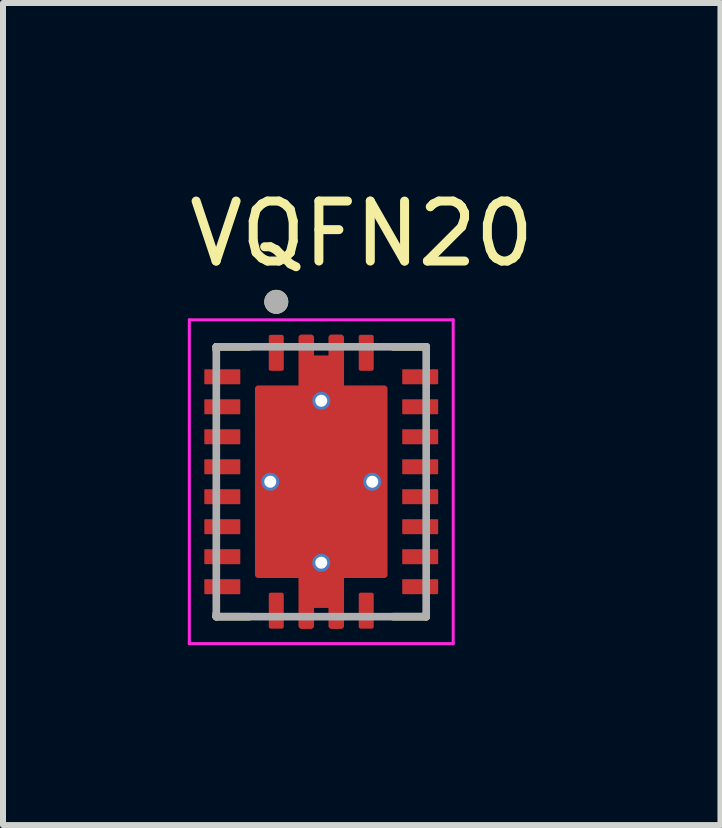
<source format=kicad_pcb>
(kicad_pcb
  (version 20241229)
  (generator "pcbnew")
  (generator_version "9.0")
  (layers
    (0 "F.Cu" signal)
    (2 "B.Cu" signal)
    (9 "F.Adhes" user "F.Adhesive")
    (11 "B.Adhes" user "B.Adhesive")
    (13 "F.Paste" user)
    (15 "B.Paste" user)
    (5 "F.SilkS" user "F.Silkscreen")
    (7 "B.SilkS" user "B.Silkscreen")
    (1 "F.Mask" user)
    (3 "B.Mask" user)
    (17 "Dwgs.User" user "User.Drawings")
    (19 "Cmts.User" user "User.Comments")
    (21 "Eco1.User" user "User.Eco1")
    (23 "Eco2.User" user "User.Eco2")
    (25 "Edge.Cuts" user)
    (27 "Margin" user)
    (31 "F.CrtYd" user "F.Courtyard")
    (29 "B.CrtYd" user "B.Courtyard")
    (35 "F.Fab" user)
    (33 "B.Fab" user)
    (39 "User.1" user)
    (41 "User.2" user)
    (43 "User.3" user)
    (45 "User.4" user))
  (footprint "VQFN20"
    (layer "F.Cu")
    (at 2.307 4.983)
    (property "Reference" "VQFN20" (at 0.675 -4.135 0) (layer "F.SilkS") (effects (font (size 1 1) (thickness 0.15))))
    (attr through_hole)
    (fp_poly (pts (xy -1.9 -1.945) (xy -1.4 -1.945) (xy -1.394 -1.945) (xy -1.387 -1.944) (xy -1.381 -1.944) (xy -1.375 -1.942) (xy -1.369 -1.941) (xy -1.363 -1.939) (xy -1.357 -1.937) (xy -1.351 -1.935) (xy -1.346 -1.932) (xy -1.34 -1.929) (xy -1.335 -1.926) (xy -1.329 -1.922) (xy -1.324 -1.918) (xy -1.32 -1.914) (xy -1.315 -1.91) (xy -1.311 -1.905) (xy -1.307 -1.901) (xy -1.303 -1.896) (xy -1.299 -1.89) (xy -1.296 -1.885) (xy -1.293 -1.879) (xy -1.29 -1.874) (xy -1.288 -1.868) (xy -1.286 -1.862) (xy -1.284 -1.856) (xy -1.283 -1.85) (xy -1.281 -1.844) (xy -1.281 -1.838) (xy -1.28 -1.831) (xy -1.28 -1.825) (xy -1.28 -1.675) (xy -1.28 -1.669) (xy -1.281 -1.662) (xy -1.281 -1.656) (xy -1.283 -1.65) (xy -1.284 -1.644) (xy -1.286 -1.638) (xy -1.288 -1.632) (xy -1.29 -1.626) (xy -1.293 -1.621) (xy -1.296 -1.615) (xy -1.299 -1.61) (xy -1.303 -1.604) (xy -1.307 -1.599) (xy -1.311 -1.595) (xy -1.315 -1.59) (xy -1.32 -1.586) (xy -1.324 -1.582) (xy -1.329 -1.578) (xy -1.335 -1.574) (xy -1.34 -1.571) (xy -1.346 -1.568) (xy -1.351 -1.565) (xy -1.357 -1.563) (xy -1.363 -1.561) (xy -1.369 -1.559) (xy -1.375 -1.558) (xy -1.381 -1.556) (xy -1.387 -1.556) (xy -1.394 -1.555) (xy -1.4 -1.555) (xy -1.9 -1.555) (xy -1.906 -1.555) (xy -1.913 -1.556) (xy -1.919 -1.556) (xy -1.925 -1.558) (xy -1.931 -1.559) (xy -1.937 -1.561) (xy -1.943 -1.563) (xy -1.949 -1.565) (xy -1.954 -1.568) (xy -1.96 -1.571) (xy -1.965 -1.574) (xy -1.971 -1.578) (xy -1.976 -1.582) (xy -1.98 -1.586) (xy -1.985 -1.59) (xy -1.989 -1.595) (xy -1.993 -1.599) (xy -1.997 -1.604) (xy -2.001 -1.61) (xy -2.004 -1.615) (xy -2.007 -1.621) (xy -2.01 -1.626) (xy -2.012 -1.632) (xy -2.014 -1.638) (xy -2.016 -1.644) (xy -2.017 -1.65) (xy -2.019 -1.656) (xy -2.019 -1.662) (xy -2.02 -1.669) (xy -2.02 -1.675) (xy -2.02 -1.825) (xy -2.02 -1.831) (xy -2.019 -1.838) (xy -2.019 -1.844) (xy -2.017 -1.85) (xy -2.016 -1.856) (xy -2.014 -1.862) (xy -2.012 -1.868) (xy -2.01 -1.874) (xy -2.007 -1.879) (xy -2.004 -1.885) (xy -2.001 -1.89) (xy -1.997 -1.896) (xy -1.993 -1.901) (xy -1.989 -1.905) (xy -1.985 -1.91) (xy -1.98 -1.914) (xy -1.976 -1.918) (xy -1.971 -1.922) (xy -1.965 -1.926) (xy -1.96 -1.929) (xy -1.954 -1.932) (xy -1.949 -1.935) (xy -1.943 -1.937) (xy -1.937 -1.939) (xy -1.931 -1.941) (xy -1.925 -1.942) (xy -1.919 -1.944) (xy -1.913 -1.944) (xy -1.906 -1.945) (xy -1.9 -1.945)) (stroke (width 0.01) (type solid)) (fill yes) (layer "F.Mask"))
    (fp_poly (pts (xy -1.9 -1.445) (xy -1.4 -1.445) (xy -1.394 -1.445) (xy -1.387 -1.444) (xy -1.381 -1.444) (xy -1.375 -1.442) (xy -1.369 -1.441) (xy -1.363 -1.439) (xy -1.357 -1.437) (xy -1.351 -1.435) (xy -1.346 -1.432) (xy -1.34 -1.429) (xy -1.335 -1.426) (xy -1.329 -1.422) (xy -1.324 -1.418) (xy -1.32 -1.414) (xy -1.315 -1.41) (xy -1.311 -1.405) (xy -1.307 -1.401) (xy -1.303 -1.396) (xy -1.299 -1.39) (xy -1.296 -1.385) (xy -1.293 -1.379) (xy -1.29 -1.374) (xy -1.288 -1.368) (xy -1.286 -1.362) (xy -1.284 -1.356) (xy -1.283 -1.35) (xy -1.281 -1.344) (xy -1.281 -1.338) (xy -1.28 -1.331) (xy -1.28 -1.325) (xy -1.28 -1.175) (xy -1.28 -1.169) (xy -1.281 -1.162) (xy -1.281 -1.156) (xy -1.283 -1.15) (xy -1.284 -1.144) (xy -1.286 -1.138) (xy -1.288 -1.132) (xy -1.29 -1.126) (xy -1.293 -1.121) (xy -1.296 -1.115) (xy -1.299 -1.11) (xy -1.303 -1.104) (xy -1.307 -1.099) (xy -1.311 -1.095) (xy -1.315 -1.09) (xy -1.32 -1.086) (xy -1.324 -1.082) (xy -1.329 -1.078) (xy -1.335 -1.074) (xy -1.34 -1.071) (xy -1.346 -1.068) (xy -1.351 -1.065) (xy -1.357 -1.063) (xy -1.363 -1.061) (xy -1.369 -1.059) (xy -1.375 -1.058) (xy -1.381 -1.056) (xy -1.387 -1.056) (xy -1.394 -1.055) (xy -1.4 -1.055) (xy -1.9 -1.055) (xy -1.906 -1.055) (xy -1.913 -1.056) (xy -1.919 -1.056) (xy -1.925 -1.058) (xy -1.931 -1.059) (xy -1.937 -1.061) (xy -1.943 -1.063) (xy -1.949 -1.065) (xy -1.954 -1.068) (xy -1.96 -1.071) (xy -1.965 -1.074) (xy -1.971 -1.078) (xy -1.976 -1.082) (xy -1.98 -1.086) (xy -1.985 -1.09) (xy -1.989 -1.095) (xy -1.993 -1.099) (xy -1.997 -1.104) (xy -2.001 -1.11) (xy -2.004 -1.115) (xy -2.007 -1.121) (xy -2.01 -1.126) (xy -2.012 -1.132) (xy -2.014 -1.138) (xy -2.016 -1.144) (xy -2.017 -1.15) (xy -2.019 -1.156) (xy -2.019 -1.162) (xy -2.02 -1.169) (xy -2.02 -1.175) (xy -2.02 -1.325) (xy -2.02 -1.331) (xy -2.019 -1.338) (xy -2.019 -1.344) (xy -2.017 -1.35) (xy -2.016 -1.356) (xy -2.014 -1.362) (xy -2.012 -1.368) (xy -2.01 -1.374) (xy -2.007 -1.379) (xy -2.004 -1.385) (xy -2.001 -1.39) (xy -1.997 -1.396) (xy -1.993 -1.401) (xy -1.989 -1.405) (xy -1.985 -1.41) (xy -1.98 -1.414) (xy -1.976 -1.418) (xy -1.971 -1.422) (xy -1.965 -1.426) (xy -1.96 -1.429) (xy -1.954 -1.432) (xy -1.949 -1.435) (xy -1.943 -1.437) (xy -1.937 -1.439) (xy -1.931 -1.441) (xy -1.925 -1.442) (xy -1.919 -1.444) (xy -1.913 -1.444) (xy -1.906 -1.445) (xy -1.9 -1.445)) (stroke (width 0.01) (type solid)) (fill yes) (layer "F.Mask"))
    (fp_poly (pts (xy -1.9 -0.945) (xy -1.4 -0.945) (xy -1.394 -0.945) (xy -1.387 -0.944) (xy -1.381 -0.944) (xy -1.375 -0.942) (xy -1.369 -0.941) (xy -1.363 -0.939) (xy -1.357 -0.937) (xy -1.351 -0.935) (xy -1.346 -0.932) (xy -1.34 -0.929) (xy -1.335 -0.926) (xy -1.329 -0.922) (xy -1.324 -0.918) (xy -1.32 -0.914) (xy -1.315 -0.91) (xy -1.311 -0.905) (xy -1.307 -0.901) (xy -1.303 -0.896) (xy -1.299 -0.89) (xy -1.296 -0.885) (xy -1.293 -0.879) (xy -1.29 -0.874) (xy -1.288 -0.868) (xy -1.286 -0.862) (xy -1.284 -0.856) (xy -1.283 -0.85) (xy -1.281 -0.844) (xy -1.281 -0.838) (xy -1.28 -0.831) (xy -1.28 -0.825) (xy -1.28 -0.675) (xy -1.28 -0.669) (xy -1.281 -0.662) (xy -1.281 -0.656) (xy -1.283 -0.65) (xy -1.284 -0.644) (xy -1.286 -0.638) (xy -1.288 -0.632) (xy -1.29 -0.626) (xy -1.293 -0.621) (xy -1.296 -0.615) (xy -1.299 -0.61) (xy -1.303 -0.604) (xy -1.307 -0.599) (xy -1.311 -0.595) (xy -1.315 -0.59) (xy -1.32 -0.586) (xy -1.324 -0.582) (xy -1.329 -0.578) (xy -1.335 -0.574) (xy -1.34 -0.571) (xy -1.346 -0.568) (xy -1.351 -0.565) (xy -1.357 -0.563) (xy -1.363 -0.561) (xy -1.369 -0.559) (xy -1.375 -0.558) (xy -1.381 -0.556) (xy -1.387 -0.556) (xy -1.394 -0.555) (xy -1.4 -0.555) (xy -1.9 -0.555) (xy -1.906 -0.555) (xy -1.913 -0.556) (xy -1.919 -0.556) (xy -1.925 -0.558) (xy -1.931 -0.559) (xy -1.937 -0.561) (xy -1.943 -0.563) (xy -1.949 -0.565) (xy -1.954 -0.568) (xy -1.96 -0.571) (xy -1.965 -0.574) (xy -1.971 -0.578) (xy -1.976 -0.582) (xy -1.98 -0.586) (xy -1.985 -0.59) (xy -1.989 -0.595) (xy -1.993 -0.599) (xy -1.997 -0.604) (xy -2.001 -0.61) (xy -2.004 -0.615) (xy -2.007 -0.621) (xy -2.01 -0.626) (xy -2.012 -0.632) (xy -2.014 -0.638) (xy -2.016 -0.644) (xy -2.017 -0.65) (xy -2.019 -0.656) (xy -2.019 -0.662) (xy -2.02 -0.669) (xy -2.02 -0.675) (xy -2.02 -0.825) (xy -2.02 -0.831) (xy -2.019 -0.838) (xy -2.019 -0.844) (xy -2.017 -0.85) (xy -2.016 -0.856) (xy -2.014 -0.862) (xy -2.012 -0.868) (xy -2.01 -0.874) (xy -2.007 -0.879) (xy -2.004 -0.885) (xy -2.001 -0.89) (xy -1.997 -0.896) (xy -1.993 -0.901) (xy -1.989 -0.905) (xy -1.985 -0.91) (xy -1.98 -0.914) (xy -1.976 -0.918) (xy -1.971 -0.922) (xy -1.965 -0.926) (xy -1.96 -0.929) (xy -1.954 -0.932) (xy -1.949 -0.935) (xy -1.943 -0.937) (xy -1.937 -0.939) (xy -1.931 -0.941) (xy -1.925 -0.942) (xy -1.919 -0.944) (xy -1.913 -0.944) (xy -1.906 -0.945) (xy -1.9 -0.945)) (stroke (width 0.01) (type solid)) (fill yes) (layer "F.Mask"))
    (fp_poly (pts (xy -1.9 -0.445) (xy -1.4 -0.445) (xy -1.394 -0.445) (xy -1.387 -0.444) (xy -1.381 -0.444) (xy -1.375 -0.442) (xy -1.369 -0.441) (xy -1.363 -0.439) (xy -1.357 -0.437) (xy -1.351 -0.435) (xy -1.346 -0.432) (xy -1.34 -0.429) (xy -1.335 -0.426) (xy -1.329 -0.422) (xy -1.324 -0.418) (xy -1.32 -0.414) (xy -1.315 -0.41) (xy -1.311 -0.405) (xy -1.307 -0.401) (xy -1.303 -0.396) (xy -1.299 -0.39) (xy -1.296 -0.385) (xy -1.293 -0.379) (xy -1.29 -0.374) (xy -1.288 -0.368) (xy -1.286 -0.362) (xy -1.284 -0.356) (xy -1.283 -0.35) (xy -1.281 -0.344) (xy -1.281 -0.338) (xy -1.28 -0.331) (xy -1.28 -0.325) (xy -1.28 -0.175) (xy -1.28 -0.169) (xy -1.281 -0.162) (xy -1.281 -0.156) (xy -1.283 -0.15) (xy -1.284 -0.144) (xy -1.286 -0.138) (xy -1.288 -0.132) (xy -1.29 -0.126) (xy -1.293 -0.121) (xy -1.296 -0.115) (xy -1.299 -0.11) (xy -1.303 -0.104) (xy -1.307 -0.099) (xy -1.311 -0.095) (xy -1.315 -0.09) (xy -1.32 -0.086) (xy -1.324 -0.082) (xy -1.329 -0.078) (xy -1.335 -0.074) (xy -1.34 -0.071) (xy -1.346 -0.068) (xy -1.351 -0.065) (xy -1.357 -0.063) (xy -1.363 -0.061) (xy -1.369 -0.059) (xy -1.375 -0.058) (xy -1.381 -0.056) (xy -1.387 -0.056) (xy -1.394 -0.055) (xy -1.4 -0.055) (xy -1.9 -0.055) (xy -1.906 -0.055) (xy -1.913 -0.056) (xy -1.919 -0.056) (xy -1.925 -0.058) (xy -1.931 -0.059) (xy -1.937 -0.061) (xy -1.943 -0.063) (xy -1.949 -0.065) (xy -1.954 -0.068) (xy -1.96 -0.071) (xy -1.965 -0.074) (xy -1.971 -0.078) (xy -1.976 -0.082) (xy -1.98 -0.086) (xy -1.985 -0.09) (xy -1.989 -0.095) (xy -1.993 -0.099) (xy -1.997 -0.104) (xy -2.001 -0.11) (xy -2.004 -0.115) (xy -2.007 -0.121) (xy -2.01 -0.126) (xy -2.012 -0.132) (xy -2.014 -0.138) (xy -2.016 -0.144) (xy -2.017 -0.15) (xy -2.019 -0.156) (xy -2.019 -0.162) (xy -2.02 -0.169) (xy -2.02 -0.175) (xy -2.02 -0.325) (xy -2.02 -0.331) (xy -2.019 -0.338) (xy -2.019 -0.344) (xy -2.017 -0.35) (xy -2.016 -0.356) (xy -2.014 -0.362) (xy -2.012 -0.368) (xy -2.01 -0.374) (xy -2.007 -0.379) (xy -2.004 -0.385) (xy -2.001 -0.39) (xy -1.997 -0.396) (xy -1.993 -0.401) (xy -1.989 -0.405) (xy -1.985 -0.41) (xy -1.98 -0.414) (xy -1.976 -0.418) (xy -1.971 -0.422) (xy -1.965 -0.426) (xy -1.96 -0.429) (xy -1.954 -0.432) (xy -1.949 -0.435) (xy -1.943 -0.437) (xy -1.937 -0.439) (xy -1.931 -0.441) (xy -1.925 -0.442) (xy -1.919 -0.444) (xy -1.913 -0.444) (xy -1.906 -0.445) (xy -1.9 -0.445)) (stroke (width 0.01) (type solid)) (fill yes) (layer "F.Mask"))
    (fp_poly (pts (xy -1.9 0.055) (xy -1.4 0.055) (xy -1.394 0.055) (xy -1.387 0.056) (xy -1.381 0.056) (xy -1.375 0.058) (xy -1.369 0.059) (xy -1.363 0.061) (xy -1.357 0.063) (xy -1.351 0.065) (xy -1.346 0.068) (xy -1.34 0.071) (xy -1.335 0.074) (xy -1.329 0.078) (xy -1.324 0.082) (xy -1.32 0.086) (xy -1.315 0.09) (xy -1.311 0.095) (xy -1.307 0.099) (xy -1.303 0.104) (xy -1.299 0.11) (xy -1.296 0.115) (xy -1.293 0.121) (xy -1.29 0.126) (xy -1.288 0.132) (xy -1.286 0.138) (xy -1.284 0.144) (xy -1.283 0.15) (xy -1.281 0.156) (xy -1.281 0.162) (xy -1.28 0.169) (xy -1.28 0.175) (xy -1.28 0.325) (xy -1.28 0.331) (xy -1.281 0.338) (xy -1.281 0.344) (xy -1.283 0.35) (xy -1.284 0.356) (xy -1.286 0.362) (xy -1.288 0.368) (xy -1.29 0.374) (xy -1.293 0.379) (xy -1.296 0.385) (xy -1.299 0.39) (xy -1.303 0.396) (xy -1.307 0.401) (xy -1.311 0.405) (xy -1.315 0.41) (xy -1.32 0.414) (xy -1.324 0.418) (xy -1.329 0.422) (xy -1.335 0.426) (xy -1.34 0.429) (xy -1.346 0.432) (xy -1.351 0.435) (xy -1.357 0.437) (xy -1.363 0.439) (xy -1.369 0.441) (xy -1.375 0.442) (xy -1.381 0.444) (xy -1.387 0.444) (xy -1.394 0.445) (xy -1.4 0.445) (xy -1.9 0.445) (xy -1.906 0.445) (xy -1.913 0.444) (xy -1.919 0.444) (xy -1.925 0.442) (xy -1.931 0.441) (xy -1.937 0.439) (xy -1.943 0.437) (xy -1.949 0.435) (xy -1.954 0.432) (xy -1.96 0.429) (xy -1.965 0.426) (xy -1.971 0.422) (xy -1.976 0.418) (xy -1.98 0.414) (xy -1.985 0.41) (xy -1.989 0.405) (xy -1.993 0.401) (xy -1.997 0.396) (xy -2.001 0.39) (xy -2.004 0.385) (xy -2.007 0.379) (xy -2.01 0.374) (xy -2.012 0.368) (xy -2.014 0.362) (xy -2.016 0.356) (xy -2.017 0.35) (xy -2.019 0.344) (xy -2.019 0.338) (xy -2.02 0.331) (xy -2.02 0.325) (xy -2.02 0.175) (xy -2.02 0.169) (xy -2.019 0.162) (xy -2.019 0.156) (xy -2.017 0.15) (xy -2.016 0.144) (xy -2.014 0.138) (xy -2.012 0.132) (xy -2.01 0.126) (xy -2.007 0.121) (xy -2.004 0.115) (xy -2.001 0.11) (xy -1.997 0.104) (xy -1.993 0.099) (xy -1.989 0.095) (xy -1.985 0.09) (xy -1.98 0.086) (xy -1.976 0.082) (xy -1.971 0.078) (xy -1.965 0.074) (xy -1.96 0.071) (xy -1.954 0.068) (xy -1.949 0.065) (xy -1.943 0.063) (xy -1.937 0.061) (xy -1.931 0.059) (xy -1.925 0.058) (xy -1.919 0.056) (xy -1.913 0.056) (xy -1.906 0.055) (xy -1.9 0.055)) (stroke (width 0.01) (type solid)) (fill yes) (layer "F.Mask"))
    (fp_poly (pts (xy -1.9 0.555) (xy -1.4 0.555) (xy -1.394 0.555) (xy -1.387 0.556) (xy -1.381 0.556) (xy -1.375 0.558) (xy -1.369 0.559) (xy -1.363 0.561) (xy -1.357 0.563) (xy -1.351 0.565) (xy -1.346 0.568) (xy -1.34 0.571) (xy -1.335 0.574) (xy -1.329 0.578) (xy -1.324 0.582) (xy -1.32 0.586) (xy -1.315 0.59) (xy -1.311 0.595) (xy -1.307 0.599) (xy -1.303 0.604) (xy -1.299 0.61) (xy -1.296 0.615) (xy -1.293 0.621) (xy -1.29 0.626) (xy -1.288 0.632) (xy -1.286 0.638) (xy -1.284 0.644) (xy -1.283 0.65) (xy -1.281 0.656) (xy -1.281 0.662) (xy -1.28 0.669) (xy -1.28 0.675) (xy -1.28 0.825) (xy -1.28 0.831) (xy -1.281 0.838) (xy -1.281 0.844) (xy -1.283 0.85) (xy -1.284 0.856) (xy -1.286 0.862) (xy -1.288 0.868) (xy -1.29 0.874) (xy -1.293 0.879) (xy -1.296 0.885) (xy -1.299 0.89) (xy -1.303 0.896) (xy -1.307 0.901) (xy -1.311 0.905) (xy -1.315 0.91) (xy -1.32 0.914) (xy -1.324 0.918) (xy -1.329 0.922) (xy -1.335 0.926) (xy -1.34 0.929) (xy -1.346 0.932) (xy -1.351 0.935) (xy -1.357 0.937) (xy -1.363 0.939) (xy -1.369 0.941) (xy -1.375 0.942) (xy -1.381 0.944) (xy -1.387 0.944) (xy -1.394 0.945) (xy -1.4 0.945) (xy -1.9 0.945) (xy -1.906 0.945) (xy -1.913 0.944) (xy -1.919 0.944) (xy -1.925 0.942) (xy -1.931 0.941) (xy -1.937 0.939) (xy -1.943 0.937) (xy -1.949 0.935) (xy -1.954 0.932) (xy -1.96 0.929) (xy -1.965 0.926) (xy -1.971 0.922) (xy -1.976 0.918) (xy -1.98 0.914) (xy -1.985 0.91) (xy -1.989 0.905) (xy -1.993 0.901) (xy -1.997 0.896) (xy -2.001 0.89) (xy -2.004 0.885) (xy -2.007 0.879) (xy -2.01 0.874) (xy -2.012 0.868) (xy -2.014 0.862) (xy -2.016 0.856) (xy -2.017 0.85) (xy -2.019 0.844) (xy -2.019 0.838) (xy -2.02 0.831) (xy -2.02 0.825) (xy -2.02 0.675) (xy -2.02 0.669) (xy -2.019 0.662) (xy -2.019 0.656) (xy -2.017 0.65) (xy -2.016 0.644) (xy -2.014 0.638) (xy -2.012 0.632) (xy -2.01 0.626) (xy -2.007 0.621) (xy -2.004 0.615) (xy -2.001 0.61) (xy -1.997 0.604) (xy -1.993 0.599) (xy -1.989 0.595) (xy -1.985 0.59) (xy -1.98 0.586) (xy -1.976 0.582) (xy -1.971 0.578) (xy -1.965 0.574) (xy -1.96 0.571) (xy -1.954 0.568) (xy -1.949 0.565) (xy -1.943 0.563) (xy -1.937 0.561) (xy -1.931 0.559) (xy -1.925 0.558) (xy -1.919 0.556) (xy -1.913 0.556) (xy -1.906 0.555) (xy -1.9 0.555)) (stroke (width 0.01) (type solid)) (fill yes) (layer "F.Mask"))
    (fp_poly (pts (xy -1.9 1.055) (xy -1.4 1.055) (xy -1.394 1.055) (xy -1.387 1.056) (xy -1.381 1.056) (xy -1.375 1.058) (xy -1.369 1.059) (xy -1.363 1.061) (xy -1.357 1.063) (xy -1.351 1.065) (xy -1.346 1.068) (xy -1.34 1.071) (xy -1.335 1.074) (xy -1.329 1.078) (xy -1.324 1.082) (xy -1.32 1.086) (xy -1.315 1.09) (xy -1.311 1.095) (xy -1.307 1.099) (xy -1.303 1.104) (xy -1.299 1.11) (xy -1.296 1.115) (xy -1.293 1.121) (xy -1.29 1.126) (xy -1.288 1.132) (xy -1.286 1.138) (xy -1.284 1.144) (xy -1.283 1.15) (xy -1.281 1.156) (xy -1.281 1.162) (xy -1.28 1.169) (xy -1.28 1.175) (xy -1.28 1.325) (xy -1.28 1.331) (xy -1.281 1.338) (xy -1.281 1.344) (xy -1.283 1.35) (xy -1.284 1.356) (xy -1.286 1.362) (xy -1.288 1.368) (xy -1.29 1.374) (xy -1.293 1.379) (xy -1.296 1.385) (xy -1.299 1.39) (xy -1.303 1.396) (xy -1.307 1.401) (xy -1.311 1.405) (xy -1.315 1.41) (xy -1.32 1.414) (xy -1.324 1.418) (xy -1.329 1.422) (xy -1.335 1.426) (xy -1.34 1.429) (xy -1.346 1.432) (xy -1.351 1.435) (xy -1.357 1.437) (xy -1.363 1.439) (xy -1.369 1.441) (xy -1.375 1.442) (xy -1.381 1.444) (xy -1.387 1.444) (xy -1.394 1.445) (xy -1.4 1.445) (xy -1.9 1.445) (xy -1.906 1.445) (xy -1.913 1.444) (xy -1.919 1.444) (xy -1.925 1.442) (xy -1.931 1.441) (xy -1.937 1.439) (xy -1.943 1.437) (xy -1.949 1.435) (xy -1.954 1.432) (xy -1.96 1.429) (xy -1.965 1.426) (xy -1.971 1.422) (xy -1.976 1.418) (xy -1.98 1.414) (xy -1.985 1.41) (xy -1.989 1.405) (xy -1.993 1.401) (xy -1.997 1.396) (xy -2.001 1.39) (xy -2.004 1.385) (xy -2.007 1.379) (xy -2.01 1.374) (xy -2.012 1.368) (xy -2.014 1.362) (xy -2.016 1.356) (xy -2.017 1.35) (xy -2.019 1.344) (xy -2.019 1.338) (xy -2.02 1.331) (xy -2.02 1.325) (xy -2.02 1.175) (xy -2.02 1.169) (xy -2.019 1.162) (xy -2.019 1.156) (xy -2.017 1.15) (xy -2.016 1.144) (xy -2.014 1.138) (xy -2.012 1.132) (xy -2.01 1.126) (xy -2.007 1.121) (xy -2.004 1.115) (xy -2.001 1.11) (xy -1.997 1.104) (xy -1.993 1.099) (xy -1.989 1.095) (xy -1.985 1.09) (xy -1.98 1.086) (xy -1.976 1.082) (xy -1.971 1.078) (xy -1.965 1.074) (xy -1.96 1.071) (xy -1.954 1.068) (xy -1.949 1.065) (xy -1.943 1.063) (xy -1.937 1.061) (xy -1.931 1.059) (xy -1.925 1.058) (xy -1.919 1.056) (xy -1.913 1.056) (xy -1.906 1.055) (xy -1.9 1.055)) (stroke (width 0.01) (type solid)) (fill yes) (layer "F.Mask"))
    (fp_poly (pts (xy -1.9 1.555) (xy -1.4 1.555) (xy -1.394 1.555) (xy -1.387 1.556) (xy -1.381 1.556) (xy -1.375 1.558) (xy -1.369 1.559) (xy -1.363 1.561) (xy -1.357 1.563) (xy -1.351 1.565) (xy -1.346 1.568) (xy -1.34 1.571) (xy -1.335 1.574) (xy -1.329 1.578) (xy -1.324 1.582) (xy -1.32 1.586) (xy -1.315 1.59) (xy -1.311 1.595) (xy -1.307 1.599) (xy -1.303 1.604) (xy -1.299 1.61) (xy -1.296 1.615) (xy -1.293 1.621) (xy -1.29 1.626) (xy -1.288 1.632) (xy -1.286 1.638) (xy -1.284 1.644) (xy -1.283 1.65) (xy -1.281 1.656) (xy -1.281 1.662) (xy -1.28 1.669) (xy -1.28 1.675) (xy -1.28 1.825) (xy -1.28 1.831) (xy -1.281 1.838) (xy -1.281 1.844) (xy -1.283 1.85) (xy -1.284 1.856) (xy -1.286 1.862) (xy -1.288 1.868) (xy -1.29 1.874) (xy -1.293 1.879) (xy -1.296 1.885) (xy -1.299 1.89) (xy -1.303 1.896) (xy -1.307 1.901) (xy -1.311 1.905) (xy -1.315 1.91) (xy -1.32 1.914) (xy -1.324 1.918) (xy -1.329 1.922) (xy -1.335 1.926) (xy -1.34 1.929) (xy -1.346 1.932) (xy -1.351 1.935) (xy -1.357 1.937) (xy -1.363 1.939) (xy -1.369 1.941) (xy -1.375 1.942) (xy -1.381 1.944) (xy -1.387 1.944) (xy -1.394 1.945) (xy -1.4 1.945) (xy -1.9 1.945) (xy -1.906 1.945) (xy -1.913 1.944) (xy -1.919 1.944) (xy -1.925 1.942) (xy -1.931 1.941) (xy -1.937 1.939) (xy -1.943 1.937) (xy -1.949 1.935) (xy -1.954 1.932) (xy -1.96 1.929) (xy -1.965 1.926) (xy -1.971 1.922) (xy -1.976 1.918) (xy -1.98 1.914) (xy -1.985 1.91) (xy -1.989 1.905) (xy -1.993 1.901) (xy -1.997 1.896) (xy -2.001 1.89) (xy -2.004 1.885) (xy -2.007 1.879) (xy -2.01 1.874) (xy -2.012 1.868) (xy -2.014 1.862) (xy -2.016 1.856) (xy -2.017 1.85) (xy -2.019 1.844) (xy -2.019 1.838) (xy -2.02 1.831) (xy -2.02 1.825) (xy -2.02 1.675) (xy -2.02 1.669) (xy -2.019 1.662) (xy -2.019 1.656) (xy -2.017 1.65) (xy -2.016 1.644) (xy -2.014 1.638) (xy -2.012 1.632) (xy -2.01 1.626) (xy -2.007 1.621) (xy -2.004 1.615) (xy -2.001 1.61) (xy -1.997 1.604) (xy -1.993 1.599) (xy -1.989 1.595) (xy -1.985 1.59) (xy -1.98 1.586) (xy -1.976 1.582) (xy -1.971 1.578) (xy -1.965 1.574) (xy -1.96 1.571) (xy -1.954 1.568) (xy -1.949 1.565) (xy -1.943 1.563) (xy -1.937 1.561) (xy -1.931 1.559) (xy -1.925 1.558) (xy -1.919 1.556) (xy -1.913 1.556) (xy -1.906 1.555) (xy -1.9 1.555)) (stroke (width 0.01) (type solid)) (fill yes) (layer "F.Mask"))
    (fp_poly (pts (xy -0.945 -1.9) (xy -0.945 -2.4) (xy -0.945 -2.406) (xy -0.944 -2.413) (xy -0.944 -2.419) (xy -0.942 -2.425) (xy -0.941 -2.431) (xy -0.939 -2.437) (xy -0.937 -2.443) (xy -0.935 -2.449) (xy -0.932 -2.454) (xy -0.929 -2.46) (xy -0.926 -2.465) (xy -0.922 -2.471) (xy -0.918 -2.476) (xy -0.914 -2.48) (xy -0.91 -2.485) (xy -0.905 -2.489) (xy -0.901 -2.493) (xy -0.896 -2.497) (xy -0.89 -2.501) (xy -0.885 -2.504) (xy -0.879 -2.507) (xy -0.874 -2.51) (xy -0.868 -2.512) (xy -0.862 -2.514) (xy -0.856 -2.516) (xy -0.85 -2.517) (xy -0.844 -2.519) (xy -0.838 -2.519) (xy -0.831 -2.52) (xy -0.825 -2.52) (xy -0.675 -2.52) (xy -0.669 -2.52) (xy -0.662 -2.519) (xy -0.656 -2.519) (xy -0.65 -2.517) (xy -0.644 -2.516) (xy -0.638 -2.514) (xy -0.632 -2.512) (xy -0.626 -2.51) (xy -0.621 -2.507) (xy -0.615 -2.504) (xy -0.61 -2.501) (xy -0.604 -2.497) (xy -0.599 -2.493) (xy -0.595 -2.489) (xy -0.59 -2.485) (xy -0.586 -2.48) (xy -0.582 -2.476) (xy -0.578 -2.471) (xy -0.574 -2.465) (xy -0.571 -2.46) (xy -0.568 -2.454) (xy -0.565 -2.449) (xy -0.563 -2.443) (xy -0.561 -2.437) (xy -0.559 -2.431) (xy -0.558 -2.425) (xy -0.556 -2.419) (xy -0.556 -2.413) (xy -0.555 -2.406) (xy -0.555 -2.4) (xy -0.555 -1.9) (xy -0.555 -1.894) (xy -0.556 -1.887) (xy -0.556 -1.881) (xy -0.558 -1.875) (xy -0.559 -1.869) (xy -0.561 -1.863) (xy -0.563 -1.857) (xy -0.565 -1.851) (xy -0.568 -1.846) (xy -0.571 -1.84) (xy -0.574 -1.835) (xy -0.578 -1.829) (xy -0.582 -1.824) (xy -0.586 -1.82) (xy -0.59 -1.815) (xy -0.595 -1.811) (xy -0.599 -1.807) (xy -0.604 -1.803) (xy -0.61 -1.799) (xy -0.615 -1.796) (xy -0.621 -1.793) (xy -0.626 -1.79) (xy -0.632 -1.788) (xy -0.638 -1.786) (xy -0.644 -1.784) (xy -0.65 -1.783) (xy -0.656 -1.781) (xy -0.662 -1.781) (xy -0.669 -1.78) (xy -0.675 -1.78) (xy -0.825 -1.78) (xy -0.831 -1.78) (xy -0.838 -1.781) (xy -0.844 -1.781) (xy -0.85 -1.783) (xy -0.856 -1.784) (xy -0.862 -1.786) (xy -0.868 -1.788) (xy -0.874 -1.79) (xy -0.879 -1.793) (xy -0.885 -1.796) (xy -0.89 -1.799) (xy -0.896 -1.803) (xy -0.901 -1.807) (xy -0.905 -1.811) (xy -0.91 -1.815) (xy -0.914 -1.82) (xy -0.918 -1.824) (xy -0.922 -1.829) (xy -0.926 -1.835) (xy -0.929 -1.84) (xy -0.932 -1.846) (xy -0.935 -1.851) (xy -0.937 -1.857) (xy -0.939 -1.863) (xy -0.941 -1.869) (xy -0.942 -1.875) (xy -0.944 -1.881) (xy -0.944 -1.887) (xy -0.945 -1.894) (xy -0.945 -1.9)) (stroke (width 0.01) (type solid)) (fill yes) (layer "F.Mask"))
    (fp_poly (pts (xy -0.945 2.4) (xy -0.945 1.9) (xy -0.945 1.894) (xy -0.944 1.887) (xy -0.944 1.881) (xy -0.942 1.875) (xy -0.941 1.869) (xy -0.939 1.863) (xy -0.937 1.857) (xy -0.935 1.851) (xy -0.932 1.846) (xy -0.929 1.84) (xy -0.926 1.835) (xy -0.922 1.829) (xy -0.918 1.824) (xy -0.914 1.82) (xy -0.91 1.815) (xy -0.905 1.811) (xy -0.901 1.807) (xy -0.896 1.803) (xy -0.89 1.799) (xy -0.885 1.796) (xy -0.879 1.793) (xy -0.874 1.79) (xy -0.868 1.788) (xy -0.862 1.786) (xy -0.856 1.784) (xy -0.85 1.783) (xy -0.844 1.781) (xy -0.838 1.781) (xy -0.831 1.78) (xy -0.825 1.78) (xy -0.675 1.78) (xy -0.669 1.78) (xy -0.662 1.781) (xy -0.656 1.781) (xy -0.65 1.783) (xy -0.644 1.784) (xy -0.638 1.786) (xy -0.632 1.788) (xy -0.626 1.79) (xy -0.621 1.793) (xy -0.615 1.796) (xy -0.61 1.799) (xy -0.604 1.803) (xy -0.599 1.807) (xy -0.595 1.811) (xy -0.59 1.815) (xy -0.586 1.82) (xy -0.582 1.824) (xy -0.578 1.829) (xy -0.574 1.835) (xy -0.571 1.84) (xy -0.568 1.846) (xy -0.565 1.851) (xy -0.563 1.857) (xy -0.561 1.863) (xy -0.559 1.869) (xy -0.558 1.875) (xy -0.556 1.881) (xy -0.556 1.887) (xy -0.555 1.894) (xy -0.555 1.9) (xy -0.555 2.4) (xy -0.555 2.406) (xy -0.556 2.413) (xy -0.556 2.419) (xy -0.558 2.425) (xy -0.559 2.431) (xy -0.561 2.437) (xy -0.563 2.443) (xy -0.565 2.449) (xy -0.568 2.454) (xy -0.571 2.46) (xy -0.574 2.465) (xy -0.578 2.471) (xy -0.582 2.476) (xy -0.586 2.48) (xy -0.59 2.485) (xy -0.595 2.489) (xy -0.599 2.493) (xy -0.604 2.497) (xy -0.61 2.501) (xy -0.615 2.504) (xy -0.621 2.507) (xy -0.626 2.51) (xy -0.632 2.512) (xy -0.638 2.514) (xy -0.644 2.516) (xy -0.65 2.517) (xy -0.656 2.519) (xy -0.662 2.519) (xy -0.669 2.52) (xy -0.675 2.52) (xy -0.825 2.52) (xy -0.831 2.52) (xy -0.838 2.519) (xy -0.844 2.519) (xy -0.85 2.517) (xy -0.856 2.516) (xy -0.862 2.514) (xy -0.868 2.512) (xy -0.874 2.51) (xy -0.879 2.507) (xy -0.885 2.504) (xy -0.89 2.501) (xy -0.896 2.497) (xy -0.901 2.493) (xy -0.905 2.489) (xy -0.91 2.485) (xy -0.914 2.48) (xy -0.918 2.476) (xy -0.922 2.471) (xy -0.926 2.465) (xy -0.929 2.46) (xy -0.932 2.454) (xy -0.935 2.449) (xy -0.937 2.443) (xy -0.939 2.437) (xy -0.941 2.431) (xy -0.942 2.425) (xy -0.944 2.419) (xy -0.944 2.413) (xy -0.945 2.406) (xy -0.945 2.4)) (stroke (width 0.01) (type solid)) (fill yes) (layer "F.Mask"))
    (fp_poly (pts (xy 0.555 -1.9) (xy 0.555 -2.4) (xy 0.555 -2.406) (xy 0.556 -2.413) (xy 0.556 -2.419) (xy 0.558 -2.425) (xy 0.559 -2.431) (xy 0.561 -2.437) (xy 0.563 -2.443) (xy 0.565 -2.449) (xy 0.568 -2.454) (xy 0.571 -2.46) (xy 0.574 -2.465) (xy 0.578 -2.471) (xy 0.582 -2.476) (xy 0.586 -2.48) (xy 0.59 -2.485) (xy 0.595 -2.489) (xy 0.599 -2.493) (xy 0.604 -2.497) (xy 0.61 -2.501) (xy 0.615 -2.504) (xy 0.621 -2.507) (xy 0.626 -2.51) (xy 0.632 -2.512) (xy 0.638 -2.514) (xy 0.644 -2.516) (xy 0.65 -2.517) (xy 0.656 -2.519) (xy 0.662 -2.519) (xy 0.669 -2.52) (xy 0.675 -2.52) (xy 0.825 -2.52) (xy 0.831 -2.52) (xy 0.838 -2.519) (xy 0.844 -2.519) (xy 0.85 -2.517) (xy 0.856 -2.516) (xy 0.862 -2.514) (xy 0.868 -2.512) (xy 0.874 -2.51) (xy 0.879 -2.507) (xy 0.885 -2.504) (xy 0.89 -2.501) (xy 0.896 -2.497) (xy 0.901 -2.493) (xy 0.905 -2.489) (xy 0.91 -2.485) (xy 0.914 -2.48) (xy 0.918 -2.476) (xy 0.922 -2.471) (xy 0.926 -2.465) (xy 0.929 -2.46) (xy 0.932 -2.454) (xy 0.935 -2.449) (xy 0.937 -2.443) (xy 0.939 -2.437) (xy 0.941 -2.431) (xy 0.942 -2.425) (xy 0.944 -2.419) (xy 0.944 -2.413) (xy 0.945 -2.406) (xy 0.945 -2.4) (xy 0.945 -1.9) (xy 0.945 -1.894) (xy 0.944 -1.887) (xy 0.944 -1.881) (xy 0.942 -1.875) (xy 0.941 -1.869) (xy 0.939 -1.863) (xy 0.937 -1.857) (xy 0.935 -1.851) (xy 0.932 -1.846) (xy 0.929 -1.84) (xy 0.926 -1.835) (xy 0.922 -1.829) (xy 0.918 -1.824) (xy 0.914 -1.82) (xy 0.91 -1.815) (xy 0.905 -1.811) (xy 0.901 -1.807) (xy 0.896 -1.803) (xy 0.89 -1.799) (xy 0.885 -1.796) (xy 0.879 -1.793) (xy 0.874 -1.79) (xy 0.868 -1.788) (xy 0.862 -1.786) (xy 0.856 -1.784) (xy 0.85 -1.783) (xy 0.844 -1.781) (xy 0.838 -1.781) (xy 0.831 -1.78) (xy 0.825 -1.78) (xy 0.675 -1.78) (xy 0.669 -1.78) (xy 0.662 -1.781) (xy 0.656 -1.781) (xy 0.65 -1.783) (xy 0.644 -1.784) (xy 0.638 -1.786) (xy 0.632 -1.788) (xy 0.626 -1.79) (xy 0.621 -1.793) (xy 0.615 -1.796) (xy 0.61 -1.799) (xy 0.604 -1.803) (xy 0.599 -1.807) (xy 0.595 -1.811) (xy 0.59 -1.815) (xy 0.586 -1.82) (xy 0.582 -1.824) (xy 0.578 -1.829) (xy 0.574 -1.835) (xy 0.571 -1.84) (xy 0.568 -1.846) (xy 0.565 -1.851) (xy 0.563 -1.857) (xy 0.561 -1.863) (xy 0.559 -1.869) (xy 0.558 -1.875) (xy 0.556 -1.881) (xy 0.556 -1.887) (xy 0.555 -1.894) (xy 0.555 -1.9)) (stroke (width 0.01) (type solid)) (fill yes) (layer "F.Mask"))
    (fp_poly (pts (xy 0.555 2.4) (xy 0.555 1.9) (xy 0.555 1.894) (xy 0.556 1.887) (xy 0.556 1.881) (xy 0.558 1.875) (xy 0.559 1.869) (xy 0.561 1.863) (xy 0.563 1.857) (xy 0.565 1.851) (xy 0.568 1.846) (xy 0.571 1.84) (xy 0.574 1.835) (xy 0.578 1.829) (xy 0.582 1.824) (xy 0.586 1.82) (xy 0.59 1.815) (xy 0.595 1.811) (xy 0.599 1.807) (xy 0.604 1.803) (xy 0.61 1.799) (xy 0.615 1.796) (xy 0.621 1.793) (xy 0.626 1.79) (xy 0.632 1.788) (xy 0.638 1.786) (xy 0.644 1.784) (xy 0.65 1.783) (xy 0.656 1.781) (xy 0.662 1.781) (xy 0.669 1.78) (xy 0.675 1.78) (xy 0.825 1.78) (xy 0.831 1.78) (xy 0.838 1.781) (xy 0.844 1.781) (xy 0.85 1.783) (xy 0.856 1.784) (xy 0.862 1.786) (xy 0.868 1.788) (xy 0.874 1.79) (xy 0.879 1.793) (xy 0.885 1.796) (xy 0.89 1.799) (xy 0.896 1.803) (xy 0.901 1.807) (xy 0.905 1.811) (xy 0.91 1.815) (xy 0.914 1.82) (xy 0.918 1.824) (xy 0.922 1.829) (xy 0.926 1.835) (xy 0.929 1.84) (xy 0.932 1.846) (xy 0.935 1.851) (xy 0.937 1.857) (xy 0.939 1.863) (xy 0.941 1.869) (xy 0.942 1.875) (xy 0.944 1.881) (xy 0.944 1.887) (xy 0.945 1.894) (xy 0.945 1.9) (xy 0.945 2.4) (xy 0.945 2.406) (xy 0.944 2.413) (xy 0.944 2.419) (xy 0.942 2.425) (xy 0.941 2.431) (xy 0.939 2.437) (xy 0.937 2.443) (xy 0.935 2.449) (xy 0.932 2.454) (xy 0.929 2.46) (xy 0.926 2.465) (xy 0.922 2.471) (xy 0.918 2.476) (xy 0.914 2.48) (xy 0.91 2.485) (xy 0.905 2.489) (xy 0.901 2.493) (xy 0.896 2.497) (xy 0.89 2.501) (xy 0.885 2.504) (xy 0.879 2.507) (xy 0.874 2.51) (xy 0.868 2.512) (xy 0.862 2.514) (xy 0.856 2.516) (xy 0.85 2.517) (xy 0.844 2.519) (xy 0.838 2.519) (xy 0.831 2.52) (xy 0.825 2.52) (xy 0.675 2.52) (xy 0.669 2.52) (xy 0.662 2.519) (xy 0.656 2.519) (xy 0.65 2.517) (xy 0.644 2.516) (xy 0.638 2.514) (xy 0.632 2.512) (xy 0.626 2.51) (xy 0.621 2.507) (xy 0.615 2.504) (xy 0.61 2.501) (xy 0.604 2.497) (xy 0.599 2.493) (xy 0.595 2.489) (xy 0.59 2.485) (xy 0.586 2.48) (xy 0.582 2.476) (xy 0.578 2.471) (xy 0.574 2.465) (xy 0.571 2.46) (xy 0.568 2.454) (xy 0.565 2.449) (xy 0.563 2.443) (xy 0.561 2.437) (xy 0.559 2.431) (xy 0.558 2.425) (xy 0.556 2.419) (xy 0.556 2.413) (xy 0.555 2.406) (xy 0.555 2.4)) (stroke (width 0.01) (type solid)) (fill yes) (layer "F.Mask"))
    (fp_poly (pts (xy 1.4 -1.945) (xy 1.9 -1.945) (xy 1.906 -1.945) (xy 1.913 -1.944) (xy 1.919 -1.944) (xy 1.925 -1.942) (xy 1.931 -1.941) (xy 1.937 -1.939) (xy 1.943 -1.937) (xy 1.949 -1.935) (xy 1.954 -1.932) (xy 1.96 -1.929) (xy 1.965 -1.926) (xy 1.971 -1.922) (xy 1.976 -1.918) (xy 1.98 -1.914) (xy 1.985 -1.91) (xy 1.989 -1.905) (xy 1.993 -1.901) (xy 1.997 -1.896) (xy 2.001 -1.89) (xy 2.004 -1.885) (xy 2.007 -1.879) (xy 2.01 -1.874) (xy 2.012 -1.868) (xy 2.014 -1.862) (xy 2.016 -1.856) (xy 2.017 -1.85) (xy 2.019 -1.844) (xy 2.019 -1.838) (xy 2.02 -1.831) (xy 2.02 -1.825) (xy 2.02 -1.675) (xy 2.02 -1.669) (xy 2.019 -1.662) (xy 2.019 -1.656) (xy 2.017 -1.65) (xy 2.016 -1.644) (xy 2.014 -1.638) (xy 2.012 -1.632) (xy 2.01 -1.626) (xy 2.007 -1.621) (xy 2.004 -1.615) (xy 2.001 -1.61) (xy 1.997 -1.604) (xy 1.993 -1.599) (xy 1.989 -1.595) (xy 1.985 -1.59) (xy 1.98 -1.586) (xy 1.976 -1.582) (xy 1.971 -1.578) (xy 1.965 -1.574) (xy 1.96 -1.571) (xy 1.954 -1.568) (xy 1.949 -1.565) (xy 1.943 -1.563) (xy 1.937 -1.561) (xy 1.931 -1.559) (xy 1.925 -1.558) (xy 1.919 -1.556) (xy 1.913 -1.556) (xy 1.906 -1.555) (xy 1.9 -1.555) (xy 1.4 -1.555) (xy 1.394 -1.555) (xy 1.387 -1.556) (xy 1.381 -1.556) (xy 1.375 -1.558) (xy 1.369 -1.559) (xy 1.363 -1.561) (xy 1.357 -1.563) (xy 1.351 -1.565) (xy 1.346 -1.568) (xy 1.34 -1.571) (xy 1.335 -1.574) (xy 1.329 -1.578) (xy 1.324 -1.582) (xy 1.32 -1.586) (xy 1.315 -1.59) (xy 1.311 -1.595) (xy 1.307 -1.599) (xy 1.303 -1.604) (xy 1.299 -1.61) (xy 1.296 -1.615) (xy 1.293 -1.621) (xy 1.29 -1.626) (xy 1.288 -1.632) (xy 1.286 -1.638) (xy 1.284 -1.644) (xy 1.283 -1.65) (xy 1.281 -1.656) (xy 1.281 -1.662) (xy 1.28 -1.669) (xy 1.28 -1.675) (xy 1.28 -1.825) (xy 1.28 -1.831) (xy 1.281 -1.838) (xy 1.281 -1.844) (xy 1.283 -1.85) (xy 1.284 -1.856) (xy 1.286 -1.862) (xy 1.288 -1.868) (xy 1.29 -1.874) (xy 1.293 -1.879) (xy 1.296 -1.885) (xy 1.299 -1.89) (xy 1.303 -1.896) (xy 1.307 -1.901) (xy 1.311 -1.905) (xy 1.315 -1.91) (xy 1.32 -1.914) (xy 1.324 -1.918) (xy 1.329 -1.922) (xy 1.335 -1.926) (xy 1.34 -1.929) (xy 1.346 -1.932) (xy 1.351 -1.935) (xy 1.357 -1.937) (xy 1.363 -1.939) (xy 1.369 -1.941) (xy 1.375 -1.942) (xy 1.381 -1.944) (xy 1.387 -1.944) (xy 1.394 -1.945) (xy 1.4 -1.945)) (stroke (width 0.01) (type solid)) (fill yes) (layer "F.Mask"))
    (fp_poly (pts (xy 1.4 -1.445) (xy 1.9 -1.445) (xy 1.906 -1.445) (xy 1.913 -1.444) (xy 1.919 -1.444) (xy 1.925 -1.442) (xy 1.931 -1.441) (xy 1.937 -1.439) (xy 1.943 -1.437) (xy 1.949 -1.435) (xy 1.954 -1.432) (xy 1.96 -1.429) (xy 1.965 -1.426) (xy 1.971 -1.422) (xy 1.976 -1.418) (xy 1.98 -1.414) (xy 1.985 -1.41) (xy 1.989 -1.405) (xy 1.993 -1.401) (xy 1.997 -1.396) (xy 2.001 -1.39) (xy 2.004 -1.385) (xy 2.007 -1.379) (xy 2.01 -1.374) (xy 2.012 -1.368) (xy 2.014 -1.362) (xy 2.016 -1.356) (xy 2.017 -1.35) (xy 2.019 -1.344) (xy 2.019 -1.338) (xy 2.02 -1.331) (xy 2.02 -1.325) (xy 2.02 -1.175) (xy 2.02 -1.169) (xy 2.019 -1.162) (xy 2.019 -1.156) (xy 2.017 -1.15) (xy 2.016 -1.144) (xy 2.014 -1.138) (xy 2.012 -1.132) (xy 2.01 -1.126) (xy 2.007 -1.121) (xy 2.004 -1.115) (xy 2.001 -1.11) (xy 1.997 -1.104) (xy 1.993 -1.099) (xy 1.989 -1.095) (xy 1.985 -1.09) (xy 1.98 -1.086) (xy 1.976 -1.082) (xy 1.971 -1.078) (xy 1.965 -1.074) (xy 1.96 -1.071) (xy 1.954 -1.068) (xy 1.949 -1.065) (xy 1.943 -1.063) (xy 1.937 -1.061) (xy 1.931 -1.059) (xy 1.925 -1.058) (xy 1.919 -1.056) (xy 1.913 -1.056) (xy 1.906 -1.055) (xy 1.9 -1.055) (xy 1.4 -1.055) (xy 1.394 -1.055) (xy 1.387 -1.056) (xy 1.381 -1.056) (xy 1.375 -1.058) (xy 1.369 -1.059) (xy 1.363 -1.061) (xy 1.357 -1.063) (xy 1.351 -1.065) (xy 1.346 -1.068) (xy 1.34 -1.071) (xy 1.335 -1.074) (xy 1.329 -1.078) (xy 1.324 -1.082) (xy 1.32 -1.086) (xy 1.315 -1.09) (xy 1.311 -1.095) (xy 1.307 -1.099) (xy 1.303 -1.104) (xy 1.299 -1.11) (xy 1.296 -1.115) (xy 1.293 -1.121) (xy 1.29 -1.126) (xy 1.288 -1.132) (xy 1.286 -1.138) (xy 1.284 -1.144) (xy 1.283 -1.15) (xy 1.281 -1.156) (xy 1.281 -1.162) (xy 1.28 -1.169) (xy 1.28 -1.175) (xy 1.28 -1.325) (xy 1.28 -1.331) (xy 1.281 -1.338) (xy 1.281 -1.344) (xy 1.283 -1.35) (xy 1.284 -1.356) (xy 1.286 -1.362) (xy 1.288 -1.368) (xy 1.29 -1.374) (xy 1.293 -1.379) (xy 1.296 -1.385) (xy 1.299 -1.39) (xy 1.303 -1.396) (xy 1.307 -1.401) (xy 1.311 -1.405) (xy 1.315 -1.41) (xy 1.32 -1.414) (xy 1.324 -1.418) (xy 1.329 -1.422) (xy 1.335 -1.426) (xy 1.34 -1.429) (xy 1.346 -1.432) (xy 1.351 -1.435) (xy 1.357 -1.437) (xy 1.363 -1.439) (xy 1.369 -1.441) (xy 1.375 -1.442) (xy 1.381 -1.444) (xy 1.387 -1.444) (xy 1.394 -1.445) (xy 1.4 -1.445)) (stroke (width 0.01) (type solid)) (fill yes) (layer "F.Mask"))
    (fp_poly (pts (xy 1.4 -0.945) (xy 1.9 -0.945) (xy 1.906 -0.945) (xy 1.913 -0.944) (xy 1.919 -0.944) (xy 1.925 -0.942) (xy 1.931 -0.941) (xy 1.937 -0.939) (xy 1.943 -0.937) (xy 1.949 -0.935) (xy 1.954 -0.932) (xy 1.96 -0.929) (xy 1.965 -0.926) (xy 1.971 -0.922) (xy 1.976 -0.918) (xy 1.98 -0.914) (xy 1.985 -0.91) (xy 1.989 -0.905) (xy 1.993 -0.901) (xy 1.997 -0.896) (xy 2.001 -0.89) (xy 2.004 -0.885) (xy 2.007 -0.879) (xy 2.01 -0.874) (xy 2.012 -0.868) (xy 2.014 -0.862) (xy 2.016 -0.856) (xy 2.017 -0.85) (xy 2.019 -0.844) (xy 2.019 -0.838) (xy 2.02 -0.831) (xy 2.02 -0.825) (xy 2.02 -0.675) (xy 2.02 -0.669) (xy 2.019 -0.662) (xy 2.019 -0.656) (xy 2.017 -0.65) (xy 2.016 -0.644) (xy 2.014 -0.638) (xy 2.012 -0.632) (xy 2.01 -0.626) (xy 2.007 -0.621) (xy 2.004 -0.615) (xy 2.001 -0.61) (xy 1.997 -0.604) (xy 1.993 -0.599) (xy 1.989 -0.595) (xy 1.985 -0.59) (xy 1.98 -0.586) (xy 1.976 -0.582) (xy 1.971 -0.578) (xy 1.965 -0.574) (xy 1.96 -0.571) (xy 1.954 -0.568) (xy 1.949 -0.565) (xy 1.943 -0.563) (xy 1.937 -0.561) (xy 1.931 -0.559) (xy 1.925 -0.558) (xy 1.919 -0.556) (xy 1.913 -0.556) (xy 1.906 -0.555) (xy 1.9 -0.555) (xy 1.4 -0.555) (xy 1.394 -0.555) (xy 1.387 -0.556) (xy 1.381 -0.556) (xy 1.375 -0.558) (xy 1.369 -0.559) (xy 1.363 -0.561) (xy 1.357 -0.563) (xy 1.351 -0.565) (xy 1.346 -0.568) (xy 1.34 -0.571) (xy 1.335 -0.574) (xy 1.329 -0.578) (xy 1.324 -0.582) (xy 1.32 -0.586) (xy 1.315 -0.59) (xy 1.311 -0.595) (xy 1.307 -0.599) (xy 1.303 -0.604) (xy 1.299 -0.61) (xy 1.296 -0.615) (xy 1.293 -0.621) (xy 1.29 -0.626) (xy 1.288 -0.632) (xy 1.286 -0.638) (xy 1.284 -0.644) (xy 1.283 -0.65) (xy 1.281 -0.656) (xy 1.281 -0.662) (xy 1.28 -0.669) (xy 1.28 -0.675) (xy 1.28 -0.825) (xy 1.28 -0.831) (xy 1.281 -0.838) (xy 1.281 -0.844) (xy 1.283 -0.85) (xy 1.284 -0.856) (xy 1.286 -0.862) (xy 1.288 -0.868) (xy 1.29 -0.874) (xy 1.293 -0.879) (xy 1.296 -0.885) (xy 1.299 -0.89) (xy 1.303 -0.896) (xy 1.307 -0.901) (xy 1.311 -0.905) (xy 1.315 -0.91) (xy 1.32 -0.914) (xy 1.324 -0.918) (xy 1.329 -0.922) (xy 1.335 -0.926) (xy 1.34 -0.929) (xy 1.346 -0.932) (xy 1.351 -0.935) (xy 1.357 -0.937) (xy 1.363 -0.939) (xy 1.369 -0.941) (xy 1.375 -0.942) (xy 1.381 -0.944) (xy 1.387 -0.944) (xy 1.394 -0.945) (xy 1.4 -0.945)) (stroke (width 0.01) (type solid)) (fill yes) (layer "F.Mask"))
    (fp_poly (pts (xy 1.4 -0.445) (xy 1.9 -0.445) (xy 1.906 -0.445) (xy 1.913 -0.444) (xy 1.919 -0.444) (xy 1.925 -0.442) (xy 1.931 -0.441) (xy 1.937 -0.439) (xy 1.943 -0.437) (xy 1.949 -0.435) (xy 1.954 -0.432) (xy 1.96 -0.429) (xy 1.965 -0.426) (xy 1.971 -0.422) (xy 1.976 -0.418) (xy 1.98 -0.414) (xy 1.985 -0.41) (xy 1.989 -0.405) (xy 1.993 -0.401) (xy 1.997 -0.396) (xy 2.001 -0.39) (xy 2.004 -0.385) (xy 2.007 -0.379) (xy 2.01 -0.374) (xy 2.012 -0.368) (xy 2.014 -0.362) (xy 2.016 -0.356) (xy 2.017 -0.35) (xy 2.019 -0.344) (xy 2.019 -0.338) (xy 2.02 -0.331) (xy 2.02 -0.325) (xy 2.02 -0.175) (xy 2.02 -0.169) (xy 2.019 -0.162) (xy 2.019 -0.156) (xy 2.017 -0.15) (xy 2.016 -0.144) (xy 2.014 -0.138) (xy 2.012 -0.132) (xy 2.01 -0.126) (xy 2.007 -0.121) (xy 2.004 -0.115) (xy 2.001 -0.11) (xy 1.997 -0.104) (xy 1.993 -0.099) (xy 1.989 -0.095) (xy 1.985 -0.09) (xy 1.98 -0.086) (xy 1.976 -0.082) (xy 1.971 -0.078) (xy 1.965 -0.074) (xy 1.96 -0.071) (xy 1.954 -0.068) (xy 1.949 -0.065) (xy 1.943 -0.063) (xy 1.937 -0.061) (xy 1.931 -0.059) (xy 1.925 -0.058) (xy 1.919 -0.056) (xy 1.913 -0.056) (xy 1.906 -0.055) (xy 1.9 -0.055) (xy 1.4 -0.055) (xy 1.394 -0.055) (xy 1.387 -0.056) (xy 1.381 -0.056) (xy 1.375 -0.058) (xy 1.369 -0.059) (xy 1.363 -0.061) (xy 1.357 -0.063) (xy 1.351 -0.065) (xy 1.346 -0.068) (xy 1.34 -0.071) (xy 1.335 -0.074) (xy 1.329 -0.078) (xy 1.324 -0.082) (xy 1.32 -0.086) (xy 1.315 -0.09) (xy 1.311 -0.095) (xy 1.307 -0.099) (xy 1.303 -0.104) (xy 1.299 -0.11) (xy 1.296 -0.115) (xy 1.293 -0.121) (xy 1.29 -0.126) (xy 1.288 -0.132) (xy 1.286 -0.138) (xy 1.284 -0.144) (xy 1.283 -0.15) (xy 1.281 -0.156) (xy 1.281 -0.162) (xy 1.28 -0.169) (xy 1.28 -0.175) (xy 1.28 -0.325) (xy 1.28 -0.331) (xy 1.281 -0.338) (xy 1.281 -0.344) (xy 1.283 -0.35) (xy 1.284 -0.356) (xy 1.286 -0.362) (xy 1.288 -0.368) (xy 1.29 -0.374) (xy 1.293 -0.379) (xy 1.296 -0.385) (xy 1.299 -0.39) (xy 1.303 -0.396) (xy 1.307 -0.401) (xy 1.311 -0.405) (xy 1.315 -0.41) (xy 1.32 -0.414) (xy 1.324 -0.418) (xy 1.329 -0.422) (xy 1.335 -0.426) (xy 1.34 -0.429) (xy 1.346 -0.432) (xy 1.351 -0.435) (xy 1.357 -0.437) (xy 1.363 -0.439) (xy 1.369 -0.441) (xy 1.375 -0.442) (xy 1.381 -0.444) (xy 1.387 -0.444) (xy 1.394 -0.445) (xy 1.4 -0.445)) (stroke (width 0.01) (type solid)) (fill yes) (layer "F.Mask"))
    (fp_poly (pts (xy 1.4 0.055) (xy 1.9 0.055) (xy 1.906 0.055) (xy 1.913 0.056) (xy 1.919 0.056) (xy 1.925 0.058) (xy 1.931 0.059) (xy 1.937 0.061) (xy 1.943 0.063) (xy 1.949 0.065) (xy 1.954 0.068) (xy 1.96 0.071) (xy 1.965 0.074) (xy 1.971 0.078) (xy 1.976 0.082) (xy 1.98 0.086) (xy 1.985 0.09) (xy 1.989 0.095) (xy 1.993 0.099) (xy 1.997 0.104) (xy 2.001 0.11) (xy 2.004 0.115) (xy 2.007 0.121) (xy 2.01 0.126) (xy 2.012 0.132) (xy 2.014 0.138) (xy 2.016 0.144) (xy 2.017 0.15) (xy 2.019 0.156) (xy 2.019 0.162) (xy 2.02 0.169) (xy 2.02 0.175) (xy 2.02 0.325) (xy 2.02 0.331) (xy 2.019 0.338) (xy 2.019 0.344) (xy 2.017 0.35) (xy 2.016 0.356) (xy 2.014 0.362) (xy 2.012 0.368) (xy 2.01 0.374) (xy 2.007 0.379) (xy 2.004 0.385) (xy 2.001 0.39) (xy 1.997 0.396) (xy 1.993 0.401) (xy 1.989 0.405) (xy 1.985 0.41) (xy 1.98 0.414) (xy 1.976 0.418) (xy 1.971 0.422) (xy 1.965 0.426) (xy 1.96 0.429) (xy 1.954 0.432) (xy 1.949 0.435) (xy 1.943 0.437) (xy 1.937 0.439) (xy 1.931 0.441) (xy 1.925 0.442) (xy 1.919 0.444) (xy 1.913 0.444) (xy 1.906 0.445) (xy 1.9 0.445) (xy 1.4 0.445) (xy 1.394 0.445) (xy 1.387 0.444) (xy 1.381 0.444) (xy 1.375 0.442) (xy 1.369 0.441) (xy 1.363 0.439) (xy 1.357 0.437) (xy 1.351 0.435) (xy 1.346 0.432) (xy 1.34 0.429) (xy 1.335 0.426) (xy 1.329 0.422) (xy 1.324 0.418) (xy 1.32 0.414) (xy 1.315 0.41) (xy 1.311 0.405) (xy 1.307 0.401) (xy 1.303 0.396) (xy 1.299 0.39) (xy 1.296 0.385) (xy 1.293 0.379) (xy 1.29 0.374) (xy 1.288 0.368) (xy 1.286 0.362) (xy 1.284 0.356) (xy 1.283 0.35) (xy 1.281 0.344) (xy 1.281 0.338) (xy 1.28 0.331) (xy 1.28 0.325) (xy 1.28 0.175) (xy 1.28 0.169) (xy 1.281 0.162) (xy 1.281 0.156) (xy 1.283 0.15) (xy 1.284 0.144) (xy 1.286 0.138) (xy 1.288 0.132) (xy 1.29 0.126) (xy 1.293 0.121) (xy 1.296 0.115) (xy 1.299 0.11) (xy 1.303 0.104) (xy 1.307 0.099) (xy 1.311 0.095) (xy 1.315 0.09) (xy 1.32 0.086) (xy 1.324 0.082) (xy 1.329 0.078) (xy 1.335 0.074) (xy 1.34 0.071) (xy 1.346 0.068) (xy 1.351 0.065) (xy 1.357 0.063) (xy 1.363 0.061) (xy 1.369 0.059) (xy 1.375 0.058) (xy 1.381 0.056) (xy 1.387 0.056) (xy 1.394 0.055) (xy 1.4 0.055)) (stroke (width 0.01) (type solid)) (fill yes) (layer "F.Mask"))
    (fp_poly (pts (xy 1.4 0.555) (xy 1.9 0.555) (xy 1.906 0.555) (xy 1.913 0.556) (xy 1.919 0.556) (xy 1.925 0.558) (xy 1.931 0.559) (xy 1.937 0.561) (xy 1.943 0.563) (xy 1.949 0.565) (xy 1.954 0.568) (xy 1.96 0.571) (xy 1.965 0.574) (xy 1.971 0.578) (xy 1.976 0.582) (xy 1.98 0.586) (xy 1.985 0.59) (xy 1.989 0.595) (xy 1.993 0.599) (xy 1.997 0.604) (xy 2.001 0.61) (xy 2.004 0.615) (xy 2.007 0.621) (xy 2.01 0.626) (xy 2.012 0.632) (xy 2.014 0.638) (xy 2.016 0.644) (xy 2.017 0.65) (xy 2.019 0.656) (xy 2.019 0.662) (xy 2.02 0.669) (xy 2.02 0.675) (xy 2.02 0.825) (xy 2.02 0.831) (xy 2.019 0.838) (xy 2.019 0.844) (xy 2.017 0.85) (xy 2.016 0.856) (xy 2.014 0.862) (xy 2.012 0.868) (xy 2.01 0.874) (xy 2.007 0.879) (xy 2.004 0.885) (xy 2.001 0.89) (xy 1.997 0.896) (xy 1.993 0.901) (xy 1.989 0.905) (xy 1.985 0.91) (xy 1.98 0.914) (xy 1.976 0.918) (xy 1.971 0.922) (xy 1.965 0.926) (xy 1.96 0.929) (xy 1.954 0.932) (xy 1.949 0.935) (xy 1.943 0.937) (xy 1.937 0.939) (xy 1.931 0.941) (xy 1.925 0.942) (xy 1.919 0.944) (xy 1.913 0.944) (xy 1.906 0.945) (xy 1.9 0.945) (xy 1.4 0.945) (xy 1.394 0.945) (xy 1.387 0.944) (xy 1.381 0.944) (xy 1.375 0.942) (xy 1.369 0.941) (xy 1.363 0.939) (xy 1.357 0.937) (xy 1.351 0.935) (xy 1.346 0.932) (xy 1.34 0.929) (xy 1.335 0.926) (xy 1.329 0.922) (xy 1.324 0.918) (xy 1.32 0.914) (xy 1.315 0.91) (xy 1.311 0.905) (xy 1.307 0.901) (xy 1.303 0.896) (xy 1.299 0.89) (xy 1.296 0.885) (xy 1.293 0.879) (xy 1.29 0.874) (xy 1.288 0.868) (xy 1.286 0.862) (xy 1.284 0.856) (xy 1.283 0.85) (xy 1.281 0.844) (xy 1.281 0.838) (xy 1.28 0.831) (xy 1.28 0.825) (xy 1.28 0.675) (xy 1.28 0.669) (xy 1.281 0.662) (xy 1.281 0.656) (xy 1.283 0.65) (xy 1.284 0.644) (xy 1.286 0.638) (xy 1.288 0.632) (xy 1.29 0.626) (xy 1.293 0.621) (xy 1.296 0.615) (xy 1.299 0.61) (xy 1.303 0.604) (xy 1.307 0.599) (xy 1.311 0.595) (xy 1.315 0.59) (xy 1.32 0.586) (xy 1.324 0.582) (xy 1.329 0.578) (xy 1.335 0.574) (xy 1.34 0.571) (xy 1.346 0.568) (xy 1.351 0.565) (xy 1.357 0.563) (xy 1.363 0.561) (xy 1.369 0.559) (xy 1.375 0.558) (xy 1.381 0.556) (xy 1.387 0.556) (xy 1.394 0.555) (xy 1.4 0.555)) (stroke (width 0.01) (type solid)) (fill yes) (layer "F.Mask"))
    (fp_poly (pts (xy 1.4 1.055) (xy 1.9 1.055) (xy 1.906 1.055) (xy 1.913 1.056) (xy 1.919 1.056) (xy 1.925 1.058) (xy 1.931 1.059) (xy 1.937 1.061) (xy 1.943 1.063) (xy 1.949 1.065) (xy 1.954 1.068) (xy 1.96 1.071) (xy 1.965 1.074) (xy 1.971 1.078) (xy 1.976 1.082) (xy 1.98 1.086) (xy 1.985 1.09) (xy 1.989 1.095) (xy 1.993 1.099) (xy 1.997 1.104) (xy 2.001 1.11) (xy 2.004 1.115) (xy 2.007 1.121) (xy 2.01 1.126) (xy 2.012 1.132) (xy 2.014 1.138) (xy 2.016 1.144) (xy 2.017 1.15) (xy 2.019 1.156) (xy 2.019 1.162) (xy 2.02 1.169) (xy 2.02 1.175) (xy 2.02 1.325) (xy 2.02 1.331) (xy 2.019 1.338) (xy 2.019 1.344) (xy 2.017 1.35) (xy 2.016 1.356) (xy 2.014 1.362) (xy 2.012 1.368) (xy 2.01 1.374) (xy 2.007 1.379) (xy 2.004 1.385) (xy 2.001 1.39) (xy 1.997 1.396) (xy 1.993 1.401) (xy 1.989 1.405) (xy 1.985 1.41) (xy 1.98 1.414) (xy 1.976 1.418) (xy 1.971 1.422) (xy 1.965 1.426) (xy 1.96 1.429) (xy 1.954 1.432) (xy 1.949 1.435) (xy 1.943 1.437) (xy 1.937 1.439) (xy 1.931 1.441) (xy 1.925 1.442) (xy 1.919 1.444) (xy 1.913 1.444) (xy 1.906 1.445) (xy 1.9 1.445) (xy 1.4 1.445) (xy 1.394 1.445) (xy 1.387 1.444) (xy 1.381 1.444) (xy 1.375 1.442) (xy 1.369 1.441) (xy 1.363 1.439) (xy 1.357 1.437) (xy 1.351 1.435) (xy 1.346 1.432) (xy 1.34 1.429) (xy 1.335 1.426) (xy 1.329 1.422) (xy 1.324 1.418) (xy 1.32 1.414) (xy 1.315 1.41) (xy 1.311 1.405) (xy 1.307 1.401) (xy 1.303 1.396) (xy 1.299 1.39) (xy 1.296 1.385) (xy 1.293 1.379) (xy 1.29 1.374) (xy 1.288 1.368) (xy 1.286 1.362) (xy 1.284 1.356) (xy 1.283 1.35) (xy 1.281 1.344) (xy 1.281 1.338) (xy 1.28 1.331) (xy 1.28 1.325) (xy 1.28 1.175) (xy 1.28 1.169) (xy 1.281 1.162) (xy 1.281 1.156) (xy 1.283 1.15) (xy 1.284 1.144) (xy 1.286 1.138) (xy 1.288 1.132) (xy 1.29 1.126) (xy 1.293 1.121) (xy 1.296 1.115) (xy 1.299 1.11) (xy 1.303 1.104) (xy 1.307 1.099) (xy 1.311 1.095) (xy 1.315 1.09) (xy 1.32 1.086) (xy 1.324 1.082) (xy 1.329 1.078) (xy 1.335 1.074) (xy 1.34 1.071) (xy 1.346 1.068) (xy 1.351 1.065) (xy 1.357 1.063) (xy 1.363 1.061) (xy 1.369 1.059) (xy 1.375 1.058) (xy 1.381 1.056) (xy 1.387 1.056) (xy 1.394 1.055) (xy 1.4 1.055)) (stroke (width 0.01) (type solid)) (fill yes) (layer "F.Mask"))
    (fp_poly (pts (xy 1.4 1.555) (xy 1.9 1.555) (xy 1.906 1.555) (xy 1.913 1.556) (xy 1.919 1.556) (xy 1.925 1.558) (xy 1.931 1.559) (xy 1.937 1.561) (xy 1.943 1.563) (xy 1.949 1.565) (xy 1.954 1.568) (xy 1.96 1.571) (xy 1.965 1.574) (xy 1.971 1.578) (xy 1.976 1.582) (xy 1.98 1.586) (xy 1.985 1.59) (xy 1.989 1.595) (xy 1.993 1.599) (xy 1.997 1.604) (xy 2.001 1.61) (xy 2.004 1.615) (xy 2.007 1.621) (xy 2.01 1.626) (xy 2.012 1.632) (xy 2.014 1.638) (xy 2.016 1.644) (xy 2.017 1.65) (xy 2.019 1.656) (xy 2.019 1.662) (xy 2.02 1.669) (xy 2.02 1.675) (xy 2.02 1.825) (xy 2.02 1.831) (xy 2.019 1.838) (xy 2.019 1.844) (xy 2.017 1.85) (xy 2.016 1.856) (xy 2.014 1.862) (xy 2.012 1.868) (xy 2.01 1.874) (xy 2.007 1.879) (xy 2.004 1.885) (xy 2.001 1.89) (xy 1.997 1.896) (xy 1.993 1.901) (xy 1.989 1.905) (xy 1.985 1.91) (xy 1.98 1.914) (xy 1.976 1.918) (xy 1.971 1.922) (xy 1.965 1.926) (xy 1.96 1.929) (xy 1.954 1.932) (xy 1.949 1.935) (xy 1.943 1.937) (xy 1.937 1.939) (xy 1.931 1.941) (xy 1.925 1.942) (xy 1.919 1.944) (xy 1.913 1.944) (xy 1.906 1.945) (xy 1.9 1.945) (xy 1.4 1.945) (xy 1.394 1.945) (xy 1.387 1.944) (xy 1.381 1.944) (xy 1.375 1.942) (xy 1.369 1.941) (xy 1.363 1.939) (xy 1.357 1.937) (xy 1.351 1.935) (xy 1.346 1.932) (xy 1.34 1.929) (xy 1.335 1.926) (xy 1.329 1.922) (xy 1.324 1.918) (xy 1.32 1.914) (xy 1.315 1.91) (xy 1.311 1.905) (xy 1.307 1.901) (xy 1.303 1.896) (xy 1.299 1.89) (xy 1.296 1.885) (xy 1.293 1.879) (xy 1.29 1.874) (xy 1.288 1.868) (xy 1.286 1.862) (xy 1.284 1.856) (xy 1.283 1.85) (xy 1.281 1.844) (xy 1.281 1.838) (xy 1.28 1.831) (xy 1.28 1.825) (xy 1.28 1.675) (xy 1.28 1.669) (xy 1.281 1.662) (xy 1.281 1.656) (xy 1.283 1.65) (xy 1.284 1.644) (xy 1.286 1.638) (xy 1.288 1.632) (xy 1.29 1.626) (xy 1.293 1.621) (xy 1.296 1.615) (xy 1.299 1.61) (xy 1.303 1.604) (xy 1.307 1.599) (xy 1.311 1.595) (xy 1.315 1.59) (xy 1.32 1.586) (xy 1.324 1.582) (xy 1.329 1.578) (xy 1.335 1.574) (xy 1.34 1.571) (xy 1.346 1.568) (xy 1.351 1.565) (xy 1.357 1.563) (xy 1.363 1.561) (xy 1.369 1.559) (xy 1.375 1.558) (xy 1.381 1.556) (xy 1.387 1.556) (xy 1.394 1.555) (xy 1.4 1.555)) (stroke (width 0.01) (type solid)) (fill yes) (layer "F.Mask"))
    (fp_poly (pts (xy -0.445 -1.67) (xy -0.445 -2.4) (xy -0.445 -2.406) (xy -0.444 -2.413) (xy -0.444 -2.419) (xy -0.442 -2.425) (xy -0.441 -2.431) (xy -0.439 -2.437) (xy -0.437 -2.443) (xy -0.435 -2.449) (xy -0.432 -2.454) (xy -0.429 -2.46) (xy -0.426 -2.465) (xy -0.422 -2.471) (xy -0.418 -2.476) (xy -0.414 -2.48) (xy -0.41 -2.485) (xy -0.405 -2.489) (xy -0.401 -2.493) (xy -0.396 -2.497) (xy -0.39 -2.501) (xy -0.385 -2.504) (xy -0.379 -2.507) (xy -0.374 -2.51) (xy -0.368 -2.512) (xy -0.362 -2.514) (xy -0.356 -2.516) (xy -0.35 -2.517) (xy -0.344 -2.519) (xy -0.338 -2.519) (xy -0.331 -2.52) (xy -0.325 -2.52) (xy -0.175 -2.52) (xy -0.169 -2.52) (xy -0.162 -2.519) (xy -0.156 -2.519) (xy -0.15 -2.517) (xy -0.144 -2.516) (xy -0.138 -2.514) (xy -0.132 -2.512) (xy -0.126 -2.51) (xy -0.121 -2.507) (xy -0.115 -2.504) (xy -0.11 -2.501) (xy -0.104 -2.497) (xy -0.099 -2.493) (xy -0.095 -2.489) (xy -0.09 -2.485) (xy -0.086 -2.48) (xy -0.082 -2.476) (xy -0.078 -2.471) (xy -0.074 -2.465) (xy -0.071 -2.46) (xy -0.068 -2.454) (xy -0.065 -2.449) (xy -0.063 -2.443) (xy -0.061 -2.437) (xy -0.059 -2.431) (xy -0.058 -2.425) (xy -0.056 -2.419) (xy -0.056 -2.413) (xy -0.055 -2.406) (xy -0.055 -2.4) (xy -0.055 -2.17) (xy 0.055 -2.17) (xy 0.055 -2.4) (xy 0.055 -2.406) (xy 0.056 -2.413) (xy 0.056 -2.419) (xy 0.058 -2.425) (xy 0.059 -2.431) (xy 0.061 -2.437) (xy 0.063 -2.443) (xy 0.065 -2.449) (xy 0.068 -2.454) (xy 0.071 -2.46) (xy 0.074 -2.465) (xy 0.078 -2.471) (xy 0.082 -2.476) (xy 0.086 -2.48) (xy 0.09 -2.485) (xy 0.095 -2.489) (xy 0.099 -2.493) (xy 0.104 -2.497) (xy 0.11 -2.501) (xy 0.115 -2.504) (xy 0.121 -2.507) (xy 0.126 -2.51) (xy 0.132 -2.512) (xy 0.138 -2.514) (xy 0.144 -2.516) (xy 0.15 -2.517) (xy 0.156 -2.519) (xy 0.162 -2.519) (xy 0.169 -2.52) (xy 0.175 -2.52) (xy 0.325 -2.52) (xy 0.331 -2.52) (xy 0.338 -2.519) (xy 0.344 -2.519) (xy 0.35 -2.517) (xy 0.356 -2.516) (xy 0.362 -2.514) (xy 0.368 -2.512) (xy 0.374 -2.51) (xy 0.379 -2.507) (xy 0.385 -2.504) (xy 0.39 -2.501) (xy 0.396 -2.497) (xy 0.401 -2.493) (xy 0.405 -2.489) (xy 0.41 -2.485) (xy 0.414 -2.48) (xy 0.418 -2.476) (xy 0.422 -2.471) (xy 0.426 -2.465) (xy 0.429 -2.46) (xy 0.432 -2.454) (xy 0.435 -2.449) (xy 0.437 -2.443) (xy 0.439 -2.437) (xy 0.441 -2.431) (xy 0.442 -2.425) (xy 0.444 -2.419) (xy 0.444 -2.413) (xy 0.445 -2.406) (xy 0.445 -2.4) (xy 0.445 -1.67) (xy 1.05 -1.67) (xy 1.056 -1.67) (xy 1.063 -1.669) (xy 1.069 -1.669) (xy 1.075 -1.667) (xy 1.081 -1.666) (xy 1.087 -1.664) (xy 1.093 -1.662) (xy 1.099 -1.66) (xy 1.104 -1.657) (xy 1.11 -1.654) (xy 1.115 -1.651) (xy 1.121 -1.647) (xy 1.126 -1.643) (xy 1.13 -1.639) (xy 1.135 -1.635) (xy 1.139 -1.63) (xy 1.143 -1.626) (xy 1.147 -1.621) (xy 1.151 -1.615) (xy 1.154 -1.61) (xy 1.157 -1.604) (xy 1.16 -1.599) (xy 1.162 -1.593) (xy 1.164 -1.587) (xy 1.166 -1.581) (xy 1.167 -1.575) (xy 1.169 -1.569) (xy 1.169 -1.563) (xy 1.17 -1.556) (xy 1.17 -1.55) (xy 1.17 1.55) (xy 1.17 1.556) (xy 1.169 1.563) (xy 1.169 1.569) (xy 1.167 1.575) (xy 1.166 1.581) (xy 1.164 1.587) (xy 1.162 1.593) (xy 1.16 1.599) (xy 1.157 1.604) (xy 1.154 1.61) (xy 1.151 1.615) (xy 1.147 1.621) (xy 1.143 1.626) (xy 1.139 1.63) (xy 1.135 1.635) (xy 1.13 1.639) (xy 1.126 1.643) (xy 1.121 1.647) (xy 1.115 1.651) (xy 1.11 1.654) (xy 1.104 1.657) (xy 1.099 1.66) (xy 1.093 1.662) (xy 1.087 1.664) (xy 1.081 1.666) (xy 1.075 1.667) (xy 1.069 1.669) (xy 1.063 1.669) (xy 1.056 1.67) (xy 1.05 1.67) (xy 0.445 1.67) (xy 0.445 2.4) (xy 0.445 2.406) (xy 0.444 2.413) (xy 0.444 2.419) (xy 0.442 2.425) (xy 0.441 2.431) (xy 0.439 2.437) (xy 0.437 2.443) (xy 0.435 2.449) (xy 0.432 2.454) (xy 0.429 2.46) (xy 0.426 2.465) (xy 0.422 2.471) (xy 0.418 2.476) (xy 0.414 2.48) (xy 0.41 2.485) (xy 0.405 2.489) (xy 0.401 2.493) (xy 0.396 2.497) (xy 0.39 2.501) (xy 0.385 2.504) (xy 0.379 2.507) (xy 0.374 2.51) (xy 0.368 2.512) (xy 0.362 2.514) (xy 0.356 2.516) (xy 0.35 2.517) (xy 0.344 2.519) (xy 0.338 2.519) (xy 0.331 2.52) (xy 0.325 2.52) (xy 0.175 2.52) (xy 0.169 2.52) (xy 0.162 2.519) (xy 0.156 2.519) (xy 0.15 2.517) (xy 0.144 2.516) (xy 0.138 2.514) (xy 0.132 2.512) (xy 0.126 2.51) (xy 0.121 2.507) (xy 0.115 2.504) (xy 0.11 2.501) (xy 0.104 2.497) (xy 0.099 2.493) (xy 0.095 2.489) (xy 0.09 2.485) (xy 0.086 2.48) (xy 0.082 2.476) (xy 0.078 2.471) (xy 0.074 2.465) (xy 0.071 2.46) (xy 0.068 2.454) (xy 0.065 2.449) (xy 0.063 2.443) (xy 0.061 2.437) (xy 0.059 2.431) (xy 0.058 2.425) (xy 0.056 2.419) (xy 0.056 2.413) (xy 0.055 2.406) (xy 0.055 2.4) (xy 0.055 2.17) (xy -0.055 2.17) (xy -0.055 2.4) (xy -0.055 2.406) (xy -0.056 2.413) (xy -0.056 2.419) (xy -0.058 2.425) (xy -0.059 2.431) (xy -0.061 2.437) (xy -0.063 2.443) (xy -0.065 2.449) (xy -0.068 2.454) (xy -0.071 2.46) (xy -0.074 2.465) (xy -0.078 2.471) (xy -0.082 2.476) (xy -0.086 2.48) (xy -0.09 2.485) (xy -0.095 2.489) (xy -0.099 2.493) (xy -0.104 2.497) (xy -0.11 2.501) (xy -0.115 2.504) (xy -0.121 2.507) (xy -0.126 2.51) (xy -0.132 2.512) (xy -0.138 2.514) (xy -0.144 2.516) (xy -0.15 2.517) (xy -0.156 2.519) (xy -0.162 2.519) (xy -0.169 2.52) (xy -0.175 2.52) (xy -0.325 2.52) (xy -0.331 2.52) (xy -0.338 2.519) (xy -0.344 2.519) (xy -0.35 2.517) (xy -0.356 2.516) (xy -0.362 2.514) (xy -0.368 2.512) (xy -0.374 2.51) (xy -0.379 2.507) (xy -0.385 2.504) (xy -0.39 2.501) (xy -0.396 2.497) (xy -0.401 2.493) (xy -0.405 2.489) (xy -0.41 2.485) (xy -0.414 2.48) (xy -0.418 2.476) (xy -0.422 2.471) (xy -0.426 2.465) (xy -0.429 2.46) (xy -0.432 2.454) (xy -0.435 2.449) (xy -0.437 2.443) (xy -0.439 2.437) (xy -0.441 2.431) (xy -0.442 2.425) (xy -0.444 2.419) (xy -0.444 2.413) (xy -0.445 2.406) (xy -0.445 2.4) (xy -0.445 1.67) (xy -1.05 1.67) (xy -1.056 1.67) (xy -1.063 1.669) (xy -1.069 1.669) (xy -1.075 1.667) (xy -1.081 1.666) (xy -1.087 1.664) (xy -1.093 1.662) (xy -1.099 1.66) (xy -1.104 1.657) (xy -1.11 1.654) (xy -1.115 1.651) (xy -1.121 1.647) (xy -1.126 1.643) (xy -1.13 1.639) (xy -1.135 1.635) (xy -1.139 1.63) (xy -1.143 1.626) (xy -1.147 1.621) (xy -1.151 1.615) (xy -1.154 1.61) (xy -1.157 1.604) (xy -1.16 1.599) (xy -1.162 1.593) (xy -1.164 1.587) (xy -1.166 1.581) (xy -1.167 1.575) (xy -1.169 1.569) (xy -1.169 1.563) (xy -1.17 1.556) (xy -1.17 1.55) (xy -1.17 -1.55) (xy -1.17 -1.556) (xy -1.169 -1.563) (xy -1.169 -1.569) (xy -1.167 -1.575) (xy -1.166 -1.581) (xy -1.164 -1.587) (xy -1.162 -1.593) (xy -1.16 -1.599) (xy -1.157 -1.604) (xy -1.154 -1.61) (xy -1.151 -1.615) (xy -1.147 -1.621) (xy -1.143 -1.626) (xy -1.139 -1.63) (xy -1.135 -1.635) (xy -1.13 -1.639) (xy -1.126 -1.643) (xy -1.121 -1.647) (xy -1.115 -1.651) (xy -1.11 -1.654) (xy -1.104 -1.657) (xy -1.099 -1.66) (xy -1.093 -1.662) (xy -1.087 -1.664) (xy -1.081 -1.666) (xy -1.075 -1.667) (xy -1.069 -1.669) (xy -1.063 -1.669) (xy -1.056 -1.67) (xy -1.05 -1.67) (xy -0.445 -1.67)) (stroke (width 0.01) (type solid)) (fill yes) (layer "F.Mask"))
    (fp_line (start -1.75 -2.25) (end -1.2 -2.25) (stroke (width 0.127) (type solid)) (layer "F.SilkS"))
    (fp_line (start -1.75 -2.2) (end -1.75 -2.25) (stroke (width 0.127) (type solid)) (layer "F.SilkS"))
    (fp_line (start -1.75 2.2) (end -1.75 2.25) (stroke (width 0.127) (type solid)) (layer "F.SilkS"))
    (fp_line (start -1.75 2.25) (end -1.2 2.25) (stroke (width 0.127) (type solid)) (layer "F.SilkS"))
    (fp_line (start 1.2 -2.25) (end 1.75 -2.25) (stroke (width 0.127) (type solid)) (layer "F.SilkS"))
    (fp_line (start 1.2 2.25) (end 1.75 2.25) (stroke (width 0.127) (type solid)) (layer "F.SilkS"))
    (fp_line (start 1.75 -2.25) (end 1.75 -2.2) (stroke (width 0.127) (type solid)) (layer "F.SilkS"))
    (fp_line (start 1.75 2.25) (end 1.75 2.2) (stroke (width 0.127) (type solid)) (layer "F.SilkS"))
    (fp_circle (center -0.75 -3) (end -0.65 -3) (stroke (width 0.2) (type solid)) (fill no) (layer "F.SilkS"))
    (fp_poly (pts (xy -1.08 -1.485) (xy -1.08 -0.155) (xy -1.08 -0.152) (xy -1.08 -0.15) (xy -1.079 -0.147) (xy -1.079 -0.145) (xy -1.078 -0.142) (xy -1.078 -0.14) (xy -1.077 -0.137) (xy -1.076 -0.135) (xy -1.075 -0.132) (xy -1.073 -0.13) (xy -1.072 -0.128) (xy -1.07 -0.126) (xy -1.069 -0.124) (xy -1.067 -0.122) (xy -1.065 -0.12) (xy -1.063 -0.118) (xy -1.061 -0.116) (xy -1.059 -0.115) (xy -1.057 -0.113) (xy -1.055 -0.112) (xy -1.053 -0.11) (xy -1.05 -0.109) (xy -1.048 -0.108) (xy -1.045 -0.107) (xy -1.043 -0.107) (xy -1.04 -0.106) (xy -1.038 -0.106) (xy -1.035 -0.105) (xy -1.033 -0.105) (xy -1.03 -0.105) (xy -0.15 -0.105) (xy -0.147 -0.105) (xy -0.145 -0.105) (xy -0.142 -0.106) (xy -0.14 -0.106) (xy -0.137 -0.107) (xy -0.135 -0.107) (xy -0.132 -0.108) (xy -0.13 -0.109) (xy -0.127 -0.11) (xy -0.125 -0.112) (xy -0.123 -0.113) (xy -0.121 -0.115) (xy -0.119 -0.116) (xy -0.117 -0.118) (xy -0.115 -0.12) (xy -0.113 -0.122) (xy -0.111 -0.124) (xy -0.11 -0.126) (xy -0.108 -0.128) (xy -0.107 -0.13) (xy -0.105 -0.132) (xy -0.104 -0.135) (xy -0.103 -0.137) (xy -0.102 -0.14) (xy -0.102 -0.142) (xy -0.101 -0.145) (xy -0.101 -0.147) (xy -0.1 -0.15) (xy -0.1 -0.152) (xy -0.1 -0.155) (xy -0.1 -1.485) (xy -0.1 -1.488) (xy -0.1 -1.49) (xy -0.101 -1.493) (xy -0.101 -1.495) (xy -0.102 -1.498) (xy -0.102 -1.5) (xy -0.103 -1.503) (xy -0.104 -1.505) (xy -0.105 -1.508) (xy -0.107 -1.51) (xy -0.108 -1.512) (xy -0.11 -1.514) (xy -0.111 -1.516) (xy -0.113 -1.518) (xy -0.115 -1.52) (xy -0.117 -1.522) (xy -0.119 -1.524) (xy -0.121 -1.525) (xy -0.123 -1.527) (xy -0.125 -1.528) (xy -0.127 -1.53) (xy -0.13 -1.531) (xy -0.132 -1.532) (xy -0.135 -1.533) (xy -0.137 -1.533) (xy -0.14 -1.534) (xy -0.142 -1.534) (xy -0.145 -1.535) (xy -0.147 -1.535) (xy -0.15 -1.535) (xy -1.03 -1.535) (xy -1.033 -1.535) (xy -1.035 -1.535) (xy -1.038 -1.534) (xy -1.04 -1.534) (xy -1.043 -1.533) (xy -1.045 -1.533) (xy -1.048 -1.532) (xy -1.05 -1.531) (xy -1.053 -1.53) (xy -1.055 -1.528) (xy -1.057 -1.527) (xy -1.059 -1.525) (xy -1.061 -1.524) (xy -1.063 -1.522) (xy -1.065 -1.52) (xy -1.067 -1.518) (xy -1.069 -1.516) (xy -1.07 -1.514) (xy -1.072 -1.512) (xy -1.073 -1.51) (xy -1.075 -1.508) (xy -1.076 -1.505) (xy -1.077 -1.503) (xy -1.078 -1.5) (xy -1.078 -1.498) (xy -1.079 -1.495) (xy -1.079 -1.493) (xy -1.08 -1.49) (xy -1.08 -1.488) (xy -1.08 -1.485)) (stroke (width 0.01) (type solid)) (fill yes) (layer "F.Paste"))
    (fp_poly (pts (xy -1.08 0.155) (xy -1.08 1.485) (xy -1.08 1.488) (xy -1.08 1.49) (xy -1.079 1.493) (xy -1.079 1.495) (xy -1.078 1.498) (xy -1.078 1.5) (xy -1.077 1.503) (xy -1.076 1.505) (xy -1.075 1.508) (xy -1.073 1.51) (xy -1.072 1.512) (xy -1.07 1.514) (xy -1.069 1.516) (xy -1.067 1.518) (xy -1.065 1.52) (xy -1.063 1.522) (xy -1.061 1.524) (xy -1.059 1.525) (xy -1.057 1.527) (xy -1.055 1.528) (xy -1.053 1.53) (xy -1.05 1.531) (xy -1.048 1.532) (xy -1.045 1.533) (xy -1.043 1.533) (xy -1.04 1.534) (xy -1.038 1.534) (xy -1.035 1.535) (xy -1.033 1.535) (xy -1.03 1.535) (xy -0.15 1.535) (xy -0.147 1.535) (xy -0.145 1.535) (xy -0.142 1.534) (xy -0.14 1.534) (xy -0.137 1.533) (xy -0.135 1.533) (xy -0.132 1.532) (xy -0.13 1.531) (xy -0.127 1.53) (xy -0.125 1.528) (xy -0.123 1.527) (xy -0.121 1.525) (xy -0.119 1.524) (xy -0.117 1.522) (xy -0.115 1.52) (xy -0.113 1.518) (xy -0.111 1.516) (xy -0.11 1.514) (xy -0.108 1.512) (xy -0.107 1.51) (xy -0.105 1.508) (xy -0.104 1.505) (xy -0.103 1.503) (xy -0.102 1.5) (xy -0.102 1.498) (xy -0.101 1.495) (xy -0.101 1.493) (xy -0.1 1.49) (xy -0.1 1.488) (xy -0.1 1.485) (xy -0.1 0.155) (xy -0.1 0.152) (xy -0.1 0.15) (xy -0.101 0.147) (xy -0.101 0.145) (xy -0.102 0.142) (xy -0.102 0.14) (xy -0.103 0.137) (xy -0.104 0.135) (xy -0.105 0.132) (xy -0.107 0.13) (xy -0.108 0.128) (xy -0.11 0.126) (xy -0.111 0.124) (xy -0.113 0.122) (xy -0.115 0.12) (xy -0.117 0.118) (xy -0.119 0.116) (xy -0.121 0.115) (xy -0.123 0.113) (xy -0.125 0.112) (xy -0.127 0.11) (xy -0.13 0.109) (xy -0.132 0.108) (xy -0.135 0.107) (xy -0.137 0.107) (xy -0.14 0.106) (xy -0.142 0.106) (xy -0.145 0.105) (xy -0.147 0.105) (xy -0.15 0.105) (xy -1.03 0.105) (xy -1.033 0.105) (xy -1.035 0.105) (xy -1.038 0.106) (xy -1.04 0.106) (xy -1.043 0.107) (xy -1.045 0.107) (xy -1.048 0.108) (xy -1.05 0.109) (xy -1.053 0.11) (xy -1.055 0.112) (xy -1.057 0.113) (xy -1.059 0.115) (xy -1.061 0.116) (xy -1.063 0.118) (xy -1.065 0.12) (xy -1.067 0.122) (xy -1.069 0.124) (xy -1.07 0.126) (xy -1.072 0.128) (xy -1.073 0.13) (xy -1.075 0.132) (xy -1.076 0.135) (xy -1.077 0.137) (xy -1.078 0.14) (xy -1.078 0.142) (xy -1.079 0.145) (xy -1.079 0.147) (xy -1.08 0.15) (xy -1.08 0.152) (xy -1.08 0.155)) (stroke (width 0.01) (type solid)) (fill yes) (layer "F.Paste"))
    (fp_poly (pts (xy 0.1 -1.485) (xy 0.1 -0.155) (xy 0.1 -0.152) (xy 0.1 -0.15) (xy 0.101 -0.147) (xy 0.101 -0.145) (xy 0.102 -0.142) (xy 0.102 -0.14) (xy 0.103 -0.137) (xy 0.104 -0.135) (xy 0.105 -0.132) (xy 0.107 -0.13) (xy 0.108 -0.128) (xy 0.11 -0.126) (xy 0.111 -0.124) (xy 0.113 -0.122) (xy 0.115 -0.12) (xy 0.117 -0.118) (xy 0.119 -0.116) (xy 0.121 -0.115) (xy 0.123 -0.113) (xy 0.125 -0.112) (xy 0.127 -0.11) (xy 0.13 -0.109) (xy 0.132 -0.108) (xy 0.135 -0.107) (xy 0.137 -0.107) (xy 0.14 -0.106) (xy 0.142 -0.106) (xy 0.145 -0.105) (xy 0.147 -0.105) (xy 0.15 -0.105) (xy 1.03 -0.105) (xy 1.033 -0.105) (xy 1.035 -0.105) (xy 1.038 -0.106) (xy 1.04 -0.106) (xy 1.043 -0.107) (xy 1.045 -0.107) (xy 1.048 -0.108) (xy 1.05 -0.109) (xy 1.053 -0.11) (xy 1.055 -0.112) (xy 1.057 -0.113) (xy 1.059 -0.115) (xy 1.061 -0.116) (xy 1.063 -0.118) (xy 1.065 -0.12) (xy 1.067 -0.122) (xy 1.069 -0.124) (xy 1.07 -0.126) (xy 1.072 -0.128) (xy 1.073 -0.13) (xy 1.075 -0.132) (xy 1.076 -0.135) (xy 1.077 -0.137) (xy 1.078 -0.14) (xy 1.078 -0.142) (xy 1.079 -0.145) (xy 1.079 -0.147) (xy 1.08 -0.15) (xy 1.08 -0.152) (xy 1.08 -0.155) (xy 1.08 -1.485) (xy 1.08 -1.488) (xy 1.08 -1.49) (xy 1.079 -1.493) (xy 1.079 -1.495) (xy 1.078 -1.498) (xy 1.078 -1.5) (xy 1.077 -1.503) (xy 1.076 -1.505) (xy 1.075 -1.508) (xy 1.073 -1.51) (xy 1.072 -1.512) (xy 1.07 -1.514) (xy 1.069 -1.516) (xy 1.067 -1.518) (xy 1.065 -1.52) (xy 1.063 -1.522) (xy 1.061 -1.524) (xy 1.059 -1.525) (xy 1.057 -1.527) (xy 1.055 -1.528) (xy 1.053 -1.53) (xy 1.05 -1.531) (xy 1.048 -1.532) (xy 1.045 -1.533) (xy 1.043 -1.533) (xy 1.04 -1.534) (xy 1.038 -1.534) (xy 1.035 -1.535) (xy 1.033 -1.535) (xy 1.03 -1.535) (xy 0.15 -1.535) (xy 0.147 -1.535) (xy 0.145 -1.535) (xy 0.142 -1.534) (xy 0.14 -1.534) (xy 0.137 -1.533) (xy 0.135 -1.533) (xy 0.132 -1.532) (xy 0.13 -1.531) (xy 0.127 -1.53) (xy 0.125 -1.528) (xy 0.123 -1.527) (xy 0.121 -1.525) (xy 0.119 -1.524) (xy 0.117 -1.522) (xy 0.115 -1.52) (xy 0.113 -1.518) (xy 0.111 -1.516) (xy 0.11 -1.514) (xy 0.108 -1.512) (xy 0.107 -1.51) (xy 0.105 -1.508) (xy 0.104 -1.505) (xy 0.103 -1.503) (xy 0.102 -1.5) (xy 0.102 -1.498) (xy 0.101 -1.495) (xy 0.101 -1.493) (xy 0.1 -1.49) (xy 0.1 -1.488) (xy 0.1 -1.485)) (stroke (width 0.01) (type solid)) (fill yes) (layer "F.Paste"))
    (fp_poly (pts (xy 0.1 0.155) (xy 0.1 1.485) (xy 0.1 1.488) (xy 0.1 1.49) (xy 0.101 1.493) (xy 0.101 1.495) (xy 0.102 1.498) (xy 0.102 1.5) (xy 0.103 1.503) (xy 0.104 1.505) (xy 0.105 1.508) (xy 0.107 1.51) (xy 0.108 1.512) (xy 0.11 1.514) (xy 0.111 1.516) (xy 0.113 1.518) (xy 0.115 1.52) (xy 0.117 1.522) (xy 0.119 1.524) (xy 0.121 1.525) (xy 0.123 1.527) (xy 0.125 1.528) (xy 0.127 1.53) (xy 0.13 1.531) (xy 0.132 1.532) (xy 0.135 1.533) (xy 0.137 1.533) (xy 0.14 1.534) (xy 0.142 1.534) (xy 0.145 1.535) (xy 0.147 1.535) (xy 0.15 1.535) (xy 1.03 1.535) (xy 1.033 1.535) (xy 1.035 1.535) (xy 1.038 1.534) (xy 1.04 1.534) (xy 1.043 1.533) (xy 1.045 1.533) (xy 1.048 1.532) (xy 1.05 1.531) (xy 1.053 1.53) (xy 1.055 1.528) (xy 1.057 1.527) (xy 1.059 1.525) (xy 1.061 1.524) (xy 1.063 1.522) (xy 1.065 1.52) (xy 1.067 1.518) (xy 1.069 1.516) (xy 1.07 1.514) (xy 1.072 1.512) (xy 1.073 1.51) (xy 1.075 1.508) (xy 1.076 1.505) (xy 1.077 1.503) (xy 1.078 1.5) (xy 1.078 1.498) (xy 1.079 1.495) (xy 1.079 1.493) (xy 1.08 1.49) (xy 1.08 1.488) (xy 1.08 1.485) (xy 1.08 0.155) (xy 1.08 0.152) (xy 1.08 0.15) (xy 1.079 0.147) (xy 1.079 0.145) (xy 1.078 0.142) (xy 1.078 0.14) (xy 1.077 0.137) (xy 1.076 0.135) (xy 1.075 0.132) (xy 1.073 0.13) (xy 1.072 0.128) (xy 1.07 0.126) (xy 1.069 0.124) (xy 1.067 0.122) (xy 1.065 0.12) (xy 1.063 0.118) (xy 1.061 0.116) (xy 1.059 0.115) (xy 1.057 0.113) (xy 1.055 0.112) (xy 1.053 0.11) (xy 1.05 0.109) (xy 1.048 0.108) (xy 1.045 0.107) (xy 1.043 0.107) (xy 1.04 0.106) (xy 1.038 0.106) (xy 1.035 0.105) (xy 1.033 0.105) (xy 1.03 0.105) (xy 0.15 0.105) (xy 0.147 0.105) (xy 0.145 0.105) (xy 0.142 0.106) (xy 0.14 0.106) (xy 0.137 0.107) (xy 0.135 0.107) (xy 0.132 0.108) (xy 0.13 0.109) (xy 0.127 0.11) (xy 0.125 0.112) (xy 0.123 0.113) (xy 0.121 0.115) (xy 0.119 0.116) (xy 0.117 0.118) (xy 0.115 0.12) (xy 0.113 0.122) (xy 0.111 0.124) (xy 0.11 0.126) (xy 0.108 0.128) (xy 0.107 0.13) (xy 0.105 0.132) (xy 0.104 0.135) (xy 0.103 0.137) (xy 0.102 0.14) (xy 0.102 0.142) (xy 0.101 0.145) (xy 0.101 0.147) (xy 0.1 0.15) (xy 0.1 0.152) (xy 0.1 0.155)) (stroke (width 0.01) (type solid)) (fill yes) (layer "F.Paste"))
    (fp_poly (pts (xy -0.325 1.735) (xy 0.325 1.735) (xy 0.328 1.735) (xy 0.33 1.735) (xy 0.333 1.736) (xy 0.335 1.736) (xy 0.338 1.737) (xy 0.34 1.737) (xy 0.343 1.738) (xy 0.345 1.739) (xy 0.348 1.74) (xy 0.35 1.742) (xy 0.352 1.743) (xy 0.354 1.745) (xy 0.356 1.746) (xy 0.358 1.748) (xy 0.36 1.75) (xy 0.362 1.752) (xy 0.364 1.754) (xy 0.365 1.756) (xy 0.367 1.758) (xy 0.368 1.76) (xy 0.37 1.762) (xy 0.371 1.765) (xy 0.372 1.767) (xy 0.373 1.77) (xy 0.373 1.772) (xy 0.374 1.775) (xy 0.374 1.777) (xy 0.375 1.78) (xy 0.375 1.782) (xy 0.375 1.785) (xy 0.375 2.4) (xy 0.375 2.403) (xy 0.375 2.405) (xy 0.374 2.408) (xy 0.374 2.41) (xy 0.373 2.413) (xy 0.373 2.415) (xy 0.372 2.418) (xy 0.371 2.42) (xy 0.37 2.423) (xy 0.368 2.425) (xy 0.367 2.427) (xy 0.365 2.429) (xy 0.364 2.431) (xy 0.362 2.433) (xy 0.36 2.435) (xy 0.358 2.437) (xy 0.356 2.439) (xy 0.354 2.44) (xy 0.352 2.442) (xy 0.35 2.443) (xy 0.348 2.445) (xy 0.345 2.446) (xy 0.343 2.447) (xy 0.34 2.448) (xy 0.338 2.448) (xy 0.335 2.449) (xy 0.333 2.449) (xy 0.33 2.45) (xy 0.328 2.45) (xy 0.325 2.45) (xy 0.175 2.45) (xy 0.172 2.45) (xy 0.17 2.45) (xy 0.167 2.449) (xy 0.165 2.449) (xy 0.162 2.448) (xy 0.16 2.448) (xy 0.157 2.447) (xy 0.155 2.446) (xy 0.152 2.445) (xy 0.15 2.443) (xy 0.148 2.442) (xy 0.146 2.44) (xy 0.144 2.439) (xy 0.142 2.437) (xy 0.14 2.435) (xy 0.138 2.433) (xy 0.136 2.431) (xy 0.135 2.429) (xy 0.133 2.427) (xy 0.132 2.425) (xy 0.13 2.423) (xy 0.129 2.42) (xy 0.128 2.418) (xy 0.127 2.415) (xy 0.127 2.413) (xy 0.126 2.41) (xy 0.126 2.408) (xy 0.125 2.405) (xy 0.125 2.403) (xy 0.125 2.4) (xy 0.125 1.985) (xy -0.125 1.985) (xy -0.125 2.4) (xy -0.125 2.403) (xy -0.125 2.405) (xy -0.126 2.408) (xy -0.126 2.41) (xy -0.127 2.413) (xy -0.127 2.415) (xy -0.128 2.418) (xy -0.129 2.42) (xy -0.13 2.423) (xy -0.132 2.425) (xy -0.133 2.427) (xy -0.135 2.429) (xy -0.136 2.431) (xy -0.138 2.433) (xy -0.14 2.435) (xy -0.142 2.437) (xy -0.144 2.439) (xy -0.146 2.44) (xy -0.148 2.442) (xy -0.15 2.443) (xy -0.152 2.445) (xy -0.155 2.446) (xy -0.157 2.447) (xy -0.16 2.448) (xy -0.162 2.448) (xy -0.165 2.449) (xy -0.167 2.449) (xy -0.17 2.45) (xy -0.172 2.45) (xy -0.175 2.45) (xy -0.325 2.45) (xy -0.328 2.45) (xy -0.33 2.45) (xy -0.333 2.449) (xy -0.335 2.449) (xy -0.338 2.448) (xy -0.34 2.448) (xy -0.343 2.447) (xy -0.345 2.446) (xy -0.348 2.445) (xy -0.35 2.443) (xy -0.352 2.442) (xy -0.354 2.44) (xy -0.356 2.439) (xy -0.358 2.437) (xy -0.36 2.435) (xy -0.362 2.433) (xy -0.364 2.431) (xy -0.365 2.429) (xy -0.367 2.427) (xy -0.368 2.425) (xy -0.37 2.423) (xy -0.371 2.42) (xy -0.372 2.418) (xy -0.373 2.415) (xy -0.373 2.413) (xy -0.374 2.41) (xy -0.374 2.408) (xy -0.375 2.405) (xy -0.375 2.403) (xy -0.375 2.4) (xy -0.375 1.785) (xy -0.375 1.782) (xy -0.375 1.78) (xy -0.374 1.777) (xy -0.374 1.775) (xy -0.373 1.772) (xy -0.373 1.77) (xy -0.372 1.767) (xy -0.371 1.765) (xy -0.37 1.762) (xy -0.368 1.76) (xy -0.367 1.758) (xy -0.365 1.756) (xy -0.364 1.754) (xy -0.362 1.752) (xy -0.36 1.75) (xy -0.358 1.748) (xy -0.356 1.746) (xy -0.354 1.745) (xy -0.352 1.743) (xy -0.35 1.742) (xy -0.348 1.74) (xy -0.345 1.739) (xy -0.343 1.738) (xy -0.34 1.737) (xy -0.338 1.737) (xy -0.335 1.736) (xy -0.333 1.736) (xy -0.33 1.735) (xy -0.328 1.735) (xy -0.325 1.735)) (stroke (width 0.01) (type solid)) (fill yes) (layer "F.Paste"))
    (fp_poly (pts (xy 0.375 -2.4) (xy 0.375 -1.785) (xy 0.375 -1.782) (xy 0.375 -1.78) (xy 0.374 -1.777) (xy 0.374 -1.775) (xy 0.373 -1.772) (xy 0.373 -1.77) (xy 0.372 -1.767) (xy 0.371 -1.765) (xy 0.37 -1.762) (xy 0.368 -1.76) (xy 0.367 -1.758) (xy 0.365 -1.756) (xy 0.364 -1.754) (xy 0.362 -1.752) (xy 0.36 -1.75) (xy 0.358 -1.748) (xy 0.356 -1.746) (xy 0.354 -1.745) (xy 0.352 -1.743) (xy 0.35 -1.742) (xy 0.348 -1.74) (xy 0.345 -1.739) (xy 0.343 -1.738) (xy 0.34 -1.737) (xy 0.338 -1.737) (xy 0.335 -1.736) (xy 0.333 -1.736) (xy 0.33 -1.735) (xy 0.328 -1.735) (xy 0.325 -1.735) (xy -0.325 -1.735) (xy -0.328 -1.735) (xy -0.33 -1.735) (xy -0.333 -1.736) (xy -0.335 -1.736) (xy -0.338 -1.737) (xy -0.34 -1.737) (xy -0.343 -1.738) (xy -0.345 -1.739) (xy -0.348 -1.74) (xy -0.35 -1.742) (xy -0.352 -1.743) (xy -0.354 -1.745) (xy -0.356 -1.746) (xy -0.358 -1.748) (xy -0.36 -1.75) (xy -0.362 -1.752) (xy -0.364 -1.754) (xy -0.365 -1.756) (xy -0.367 -1.758) (xy -0.368 -1.76) (xy -0.37 -1.762) (xy -0.371 -1.765) (xy -0.372 -1.767) (xy -0.373 -1.77) (xy -0.373 -1.772) (xy -0.374 -1.775) (xy -0.374 -1.777) (xy -0.375 -1.78) (xy -0.375 -1.782) (xy -0.375 -1.785) (xy -0.375 -2.4) (xy -0.375 -2.403) (xy -0.375 -2.405) (xy -0.374 -2.408) (xy -0.374 -2.41) (xy -0.373 -2.413) (xy -0.373 -2.415) (xy -0.372 -2.418) (xy -0.371 -2.42) (xy -0.37 -2.423) (xy -0.368 -2.425) (xy -0.367 -2.427) (xy -0.365 -2.429) (xy -0.364 -2.431) (xy -0.362 -2.433) (xy -0.36 -2.435) (xy -0.358 -2.437) (xy -0.356 -2.439) (xy -0.354 -2.44) (xy -0.352 -2.442) (xy -0.35 -2.443) (xy -0.348 -2.445) (xy -0.345 -2.446) (xy -0.343 -2.447) (xy -0.34 -2.448) (xy -0.338 -2.448) (xy -0.335 -2.449) (xy -0.333 -2.449) (xy -0.33 -2.45) (xy -0.328 -2.45) (xy -0.325 -2.45) (xy -0.175 -2.45) (xy -0.172 -2.45) (xy -0.17 -2.45) (xy -0.167 -2.449) (xy -0.165 -2.449) (xy -0.162 -2.448) (xy -0.16 -2.448) (xy -0.157 -2.447) (xy -0.155 -2.446) (xy -0.152 -2.445) (xy -0.15 -2.443) (xy -0.148 -2.442) (xy -0.146 -2.44) (xy -0.144 -2.439) (xy -0.142 -2.437) (xy -0.14 -2.435) (xy -0.138 -2.433) (xy -0.136 -2.431) (xy -0.135 -2.429) (xy -0.133 -2.427) (xy -0.132 -2.425) (xy -0.13 -2.423) (xy -0.129 -2.42) (xy -0.128 -2.418) (xy -0.127 -2.415) (xy -0.127 -2.413) (xy -0.126 -2.41) (xy -0.126 -2.408) (xy -0.125 -2.405) (xy -0.125 -2.403) (xy -0.125 -2.4) (xy -0.125 -1.985) (xy 0.125 -1.985) (xy 0.125 -2.4) (xy 0.125 -2.403) (xy 0.125 -2.405) (xy 0.126 -2.408) (xy 0.126 -2.41) (xy 0.127 -2.413) (xy 0.127 -2.415) (xy 0.128 -2.418) (xy 0.129 -2.42) (xy 0.13 -2.423) (xy 0.132 -2.425) (xy 0.133 -2.427) (xy 0.135 -2.429) (xy 0.136 -2.431) (xy 0.138 -2.433) (xy 0.14 -2.435) (xy 0.142 -2.437) (xy 0.144 -2.439) (xy 0.146 -2.44) (xy 0.148 -2.442) (xy 0.15 -2.443) (xy 0.152 -2.445) (xy 0.155 -2.446) (xy 0.157 -2.447) (xy 0.16 -2.448) (xy 0.162 -2.448) (xy 0.165 -2.449) (xy 0.167 -2.449) (xy 0.17 -2.45) (xy 0.172 -2.45) (xy 0.175 -2.45) (xy 0.325 -2.45) (xy 0.328 -2.45) (xy 0.33 -2.45) (xy 0.333 -2.449) (xy 0.335 -2.449) (xy 0.338 -2.448) (xy 0.34 -2.448) (xy 0.343 -2.447) (xy 0.345 -2.446) (xy 0.348 -2.445) (xy 0.35 -2.443) (xy 0.352 -2.442) (xy 0.354 -2.44) (xy 0.356 -2.439) (xy 0.358 -2.437) (xy 0.36 -2.435) (xy 0.362 -2.433) (xy 0.364 -2.431) (xy 0.365 -2.429) (xy 0.367 -2.427) (xy 0.368 -2.425) (xy 0.37 -2.423) (xy 0.371 -2.42) (xy 0.372 -2.418) (xy 0.373 -2.415) (xy 0.373 -2.413) (xy 0.374 -2.41) (xy 0.374 -2.408) (xy 0.375 -2.405) (xy 0.375 -2.403) (xy 0.375 -2.4)) (stroke (width 0.01) (type solid)) (fill yes) (layer "F.Paste"))
    (fp_line (start -2.2 -2.7) (end -2.2 2.7) (stroke (width 0.05) (type solid)) (layer "F.CrtYd"))
    (fp_line (start -2.2 2.7) (end 2.2 2.7) (stroke (width 0.05) (type solid)) (layer "F.CrtYd"))
    (fp_line (start 2.2 -2.7) (end -2.2 -2.7) (stroke (width 0.05) (type solid)) (layer "F.CrtYd"))
    (fp_line (start 2.2 2.7) (end 2.2 -2.7) (stroke (width 0.05) (type solid)) (layer "F.CrtYd"))
    (fp_line (start -1.75 -2.25) (end 1.75 -2.25) (stroke (width 0.127) (type solid)) (layer "F.Fab"))
    (fp_line (start -1.75 2.25) (end -1.75 -2.25) (stroke (width 0.127) (type solid)) (layer "F.Fab"))
    (fp_line (start 1.75 -2.25) (end 1.75 2.25) (stroke (width 0.127) (type solid)) (layer "F.Fab"))
    (fp_line (start 1.75 2.25) (end -1.75 2.25) (stroke (width 0.127) (type solid)) (layer "F.Fab"))
    (fp_circle (center -0.75 -3) (end -0.65 -3) (stroke (width 0.2) (type solid)) (fill no) (layer "F.Fab"))
    (pad "1" smd roundrect (at -0.75 -2.15) (size 0.25 0.6) (layers "F.Cu" "F.Paste") (roundrect_rratio 0.13))
    (pad "2" smd roundrect (at -1.65 -1.75) (size 0.6 0.25) (layers "F.Cu" "F.Paste") (roundrect_rratio 0.05))
    (pad "3" smd roundrect (at -1.65 -1.25) (size 0.6 0.25) (layers "F.Cu" "F.Paste") (roundrect_rratio 0.05))
    (pad "4" smd roundrect (at -1.65 -0.75) (size 0.6 0.25) (layers "F.Cu" "F.Paste") (roundrect_rratio 0.05))
    (pad "5" smd roundrect (at -1.65 -0.25) (size 0.6 0.25) (layers "F.Cu" "F.Paste") (roundrect_rratio 0.05))
    (pad "6" smd roundrect (at -1.65 0.25) (size 0.6 0.25) (layers "F.Cu" "F.Paste") (roundrect_rratio 0.05))
    (pad "7" smd roundrect (at -1.65 0.75) (size 0.6 0.25) (layers "F.Cu" "F.Paste") (roundrect_rratio 0.05))
    (pad "8" smd roundrect (at -1.65 1.25) (size 0.6 0.25) (layers "F.Cu" "F.Paste") (roundrect_rratio 0.05))
    (pad "9" smd roundrect (at -1.65 1.75) (size 0.6 0.25) (layers "F.Cu" "F.Paste") (roundrect_rratio 0.05))
    (pad "10" smd roundrect (at -0.75 2.15) (size 0.25 0.6) (layers "F.Cu" "F.Paste") (roundrect_rratio 0.13))
    (pad "11" smd roundrect (at 0.75 2.15) (size 0.25 0.6) (layers "F.Cu" "F.Paste") (roundrect_rratio 0.13))
    (pad "12" smd roundrect (at 1.65 1.75) (size 0.6 0.25) (layers "F.Cu" "F.Paste") (roundrect_rratio 0.05))
    (pad "13" smd roundrect (at 1.65 1.25) (size 0.6 0.25) (layers "F.Cu" "F.Paste") (roundrect_rratio 0.05))
    (pad "14" smd roundrect (at 1.65 0.75) (size 0.6 0.25) (layers "F.Cu" "F.Paste") (roundrect_rratio 0.05))
    (pad "15" smd roundrect (at 1.65 0.25) (size 0.6 0.25) (layers "F.Cu" "F.Paste") (roundrect_rratio 0.05))
    (pad "16" smd roundrect (at 1.65 -0.25) (size 0.6 0.25) (layers "F.Cu" "F.Paste") (roundrect_rratio 0.05))
    (pad "17" smd roundrect (at 1.65 -0.75) (size 0.6 0.25) (layers "F.Cu" "F.Paste") (roundrect_rratio 0.05))
    (pad "18" smd roundrect (at 1.65 -1.25) (size 0.6 0.25) (layers "F.Cu" "F.Paste") (roundrect_rratio 0.05))
    (pad "19" smd roundrect (at 1.65 -1.75) (size 0.6 0.25) (layers "F.Cu" "F.Paste") (roundrect_rratio 0.05))
    (pad "20" smd roundrect (at 0.75 -2.15) (size 0.25 0.6) (layers "F.Cu" "F.Paste") (roundrect_rratio 0.13))
    (pad "21" smd custom (at 0 0) (size 1 1) (layers "F.Cu") (options (anchor rect)) (primitives (gr_poly (pts (xy -0.375 -1.6) (xy -0.375 -2.4) (xy -0.375 -2.403) (xy -0.375 -2.405) (xy -0.374 -2.408) (xy -0.374 -2.41) (xy -0.373 -2.413) (xy -0.373 -2.415) (xy -0.372 -2.418) (xy -0.371 -2.42) (xy -0.37 -2.423) (xy -0.368 -2.425) (xy -0.367 -2.427) (xy -0.365 -2.429) (xy -0.364 -2.431) (xy -0.362 -2.433) (xy -0.36 -2.435) (xy -0.358 -2.437) (xy -0.356 -2.439) (xy -0.354 -2.44) (xy -0.352 -2.442) (xy -0.35 -2.443) (xy -0.348 -2.445) (xy -0.345 -2.446) (xy -0.343 -2.447) (xy -0.34 -2.448) (xy -0.338 -2.448) (xy -0.335 -2.449) (xy -0.333 -2.449) (xy -0.33 -2.45) (xy -0.328 -2.45) (xy -0.325 -2.45) (xy -0.175 -2.45) (xy -0.172 -2.45) (xy -0.17 -2.45) (xy -0.167 -2.449) (xy -0.165 -2.449) (xy -0.162 -2.448) (xy -0.16 -2.448) (xy -0.157 -2.447) (xy -0.155 -2.446) (xy -0.152 -2.445) (xy -0.15 -2.443) (xy -0.148 -2.442) (xy -0.146 -2.44) (xy -0.144 -2.439) (xy -0.142 -2.437) (xy -0.14 -2.435) (xy -0.138 -2.433) (xy -0.136 -2.431) (xy -0.135 -2.429) (xy -0.133 -2.427) (xy -0.132 -2.425) (xy -0.13 -2.423) (xy -0.129 -2.42) (xy -0.128 -2.418) (xy -0.127 -2.415) (xy -0.127 -2.413) (xy -0.126 -2.41) (xy -0.126 -2.408) (xy -0.125 -2.405) (xy -0.125 -2.403) (xy -0.125 -2.4) (xy -0.125 -2.1) (xy 0.125 -2.1) (xy 0.125 -2.4) (xy 0.125 -2.403) (xy 0.125 -2.405) (xy 0.126 -2.408) (xy 0.126 -2.41) (xy 0.127 -2.413) (xy 0.127 -2.415) (xy 0.128 -2.418) (xy 0.129 -2.42) (xy 0.13 -2.423) (xy 0.132 -2.425) (xy 0.133 -2.427) (xy 0.135 -2.429) (xy 0.136 -2.431) (xy 0.138 -2.433) (xy 0.14 -2.435) (xy 0.142 -2.437) (xy 0.144 -2.439) (xy 0.146 -2.44) (xy 0.148 -2.442) (xy 0.15 -2.443) (xy 0.152 -2.445) (xy 0.155 -2.446) (xy 0.157 -2.447) (xy 0.16 -2.448) (xy 0.162 -2.448) (xy 0.165 -2.449) (xy 0.167 -2.449) (xy 0.17 -2.45) (xy 0.172 -2.45) (xy 0.175 -2.45) (xy 0.325 -2.45) (xy 0.328 -2.45) (xy 0.33 -2.45) (xy 0.333 -2.449) (xy 0.335 -2.449) (xy 0.338 -2.448) (xy 0.34 -2.448) (xy 0.343 -2.447) (xy 0.345 -2.446) (xy 0.348 -2.445) (xy 0.35 -2.443) (xy 0.352 -2.442) (xy 0.354 -2.44) (xy 0.356 -2.439) (xy 0.358 -2.437) (xy 0.36 -2.435) (xy 0.362 -2.433) (xy 0.364 -2.431) (xy 0.365 -2.429) (xy 0.367 -2.427) (xy 0.368 -2.425) (xy 0.37 -2.423) (xy 0.371 -2.42) (xy 0.372 -2.418) (xy 0.373 -2.415) (xy 0.373 -2.413) (xy 0.374 -2.41) (xy 0.374 -2.408) (xy 0.375 -2.405) (xy 0.375 -2.403) (xy 0.375 -2.4) (xy 0.375 -1.6) (xy 1.05 -1.6) (xy 1.053 -1.6) (xy 1.055 -1.6) (xy 1.058 -1.599) (xy 1.06 -1.599) (xy 1.063 -1.598) (xy 1.065 -1.598) (xy 1.068 -1.597) (xy 1.07 -1.596) (xy 1.073 -1.595) (xy 1.075 -1.593) (xy 1.077 -1.592) (xy 1.079 -1.59) (xy 1.081 -1.589) (xy 1.083 -1.587) (xy 1.085 -1.585) (xy 1.087 -1.583) (xy 1.089 -1.581) (xy 1.09 -1.579) (xy 1.092 -1.577) (xy 1.093 -1.575) (xy 1.095 -1.573) (xy 1.096 -1.57) (xy 1.097 -1.568) (xy 1.098 -1.565) (xy 1.098 -1.563) (xy 1.099 -1.56) (xy 1.099 -1.558) (xy 1.1 -1.555) (xy 1.1 -1.553) (xy 1.1 -1.55) (xy 1.1 1.55) (xy 1.1 1.553) (xy 1.1 1.555) (xy 1.099 1.558) (xy 1.099 1.56) (xy 1.098 1.563) (xy 1.098 1.565) (xy 1.097 1.568) (xy 1.096 1.57) (xy 1.095 1.573) (xy 1.093 1.575) (xy 1.092 1.577) (xy 1.09 1.579) (xy 1.089 1.581) (xy 1.087 1.583) (xy 1.085 1.585) (xy 1.083 1.587) (xy 1.081 1.589) (xy 1.079 1.59) (xy 1.077 1.592) (xy 1.075 1.593) (xy 1.073 1.595) (xy 1.07 1.596) (xy 1.068 1.597) (xy 1.065 1.598) (xy 1.063 1.598) (xy 1.06 1.599) (xy 1.058 1.599) (xy 1.055 1.6) (xy 1.053 1.6) (xy 1.05 1.6) (xy 0.375 1.6) (xy 0.375 2.4) (xy 0.375 2.403) (xy 0.375 2.405) (xy 0.374 2.408) (xy 0.374 2.41) (xy 0.373 2.413) (xy 0.373 2.415) (xy 0.372 2.418) (xy 0.371 2.42) (xy 0.37 2.423) (xy 0.368 2.425) (xy 0.367 2.427) (xy 0.365 2.429) (xy 0.364 2.431) (xy 0.362 2.433) (xy 0.36 2.435) (xy 0.358 2.437) (xy 0.356 2.439) (xy 0.354 2.44) (xy 0.352 2.442) (xy 0.35 2.443) (xy 0.348 2.445) (xy 0.345 2.446) (xy 0.343 2.447) (xy 0.34 2.448) (xy 0.338 2.448) (xy 0.335 2.449) (xy 0.333 2.449) (xy 0.33 2.45) (xy 0.328 2.45) (xy 0.325 2.45) (xy 0.175 2.45) (xy 0.172 2.45) (xy 0.17 2.45) (xy 0.167 2.449) (xy 0.165 2.449) (xy 0.162 2.448) (xy 0.16 2.448) (xy 0.157 2.447) (xy 0.155 2.446) (xy 0.152 2.445) (xy 0.15 2.443) (xy 0.148 2.442) (xy 0.146 2.44) (xy 0.144 2.439) (xy 0.142 2.437) (xy 0.14 2.435) (xy 0.138 2.433) (xy 0.136 2.431) (xy 0.135 2.429) (xy 0.133 2.427) (xy 0.132 2.425) (xy 0.13 2.423) (xy 0.129 2.42) (xy 0.128 2.418) (xy 0.127 2.415) (xy 0.127 2.413) (xy 0.126 2.41) (xy 0.126 2.408) (xy 0.125 2.405) (xy 0.125 2.403) (xy 0.125 2.4) (xy 0.125 2.1) (xy -0.125 2.1) (xy -0.125 2.4) (xy -0.125 2.403) (xy -0.125 2.405) (xy -0.126 2.408) (xy -0.126 2.41) (xy -0.127 2.413) (xy -0.127 2.415) (xy -0.128 2.418) (xy -0.129 2.42) (xy -0.13 2.423) (xy -0.132 2.425) (xy -0.133 2.427) (xy -0.135 2.429) (xy -0.136 2.431) (xy -0.138 2.433) (xy -0.14 2.435) (xy -0.142 2.437) (xy -0.144 2.439) (xy -0.146 2.44) (xy -0.148 2.442) (xy -0.15 2.443) (xy -0.152 2.445) (xy -0.155 2.446) (xy -0.157 2.447) (xy -0.16 2.448) (xy -0.162 2.448) (xy -0.165 2.449) (xy -0.167 2.449) (xy -0.17 2.45) (xy -0.172 2.45) (xy -0.175 2.45) (xy -0.325 2.45) (xy -0.328 2.45) (xy -0.33 2.45) (xy -0.333 2.449) (xy -0.335 2.449) (xy -0.338 2.448) (xy -0.34 2.448) (xy -0.343 2.447) (xy -0.345 2.446) (xy -0.348 2.445) (xy -0.35 2.443) (xy -0.352 2.442) (xy -0.354 2.44) (xy -0.356 2.439) (xy -0.358 2.437) (xy -0.36 2.435) (xy -0.362 2.433) (xy -0.364 2.431) (xy -0.365 2.429) (xy -0.367 2.427) (xy -0.368 2.425) (xy -0.37 2.423) (xy -0.371 2.42) (xy -0.372 2.418) (xy -0.373 2.415) (xy -0.373 2.413) (xy -0.374 2.41) (xy -0.374 2.408) (xy -0.375 2.405) (xy -0.375 2.403) (xy -0.375 2.4) (xy -0.375 1.6) (xy -1.05 1.6) (xy -1.053 1.6) (xy -1.055 1.6) (xy -1.058 1.599) (xy -1.06 1.599) (xy -1.063 1.598) (xy -1.065 1.598) (xy -1.068 1.597) (xy -1.07 1.596) (xy -1.073 1.595) (xy -1.075 1.593) (xy -1.077 1.592) (xy -1.079 1.59) (xy -1.081 1.589) (xy -1.083 1.587) (xy -1.085 1.585) (xy -1.087 1.583) (xy -1.089 1.581) (xy -1.09 1.579) (xy -1.092 1.577) (xy -1.093 1.575) (xy -1.095 1.573) (xy -1.096 1.57) (xy -1.097 1.568) (xy -1.098 1.565) (xy -1.098 1.563) (xy -1.099 1.56) (xy -1.099 1.558) (xy -1.1 1.555) (xy -1.1 1.553) (xy -1.1 1.55) (xy -1.1 -1.55) (xy -1.1 -1.553) (xy -1.1 -1.555) (xy -1.099 -1.558) (xy -1.099 -1.56) (xy -1.098 -1.563) (xy -1.098 -1.565) (xy -1.097 -1.568) (xy -1.096 -1.57) (xy -1.095 -1.573) (xy -1.093 -1.575) (xy -1.092 -1.577) (xy -1.09 -1.579) (xy -1.089 -1.581) (xy -1.087 -1.583) (xy -1.085 -1.585) (xy -1.083 -1.587) (xy -1.081 -1.589) (xy -1.079 -1.59) (xy -1.077 -1.592) (xy -1.075 -1.593) (xy -1.073 -1.595) (xy -1.07 -1.596) (xy -1.068 -1.597) (xy -1.065 -1.598) (xy -1.063 -1.598) (xy -1.06 -1.599) (xy -1.058 -1.599) (xy -1.055 -1.6) (xy -1.053 -1.6) (xy -1.05 -1.6) (xy -0.375 -1.6)) (width 0.01) (fill yes))))
    (pad "22" thru_hole circle (at 0 -1.35) (size 0.3 0.3) (drill 0.2) (layers "*.Cu"))
    (pad "23" thru_hole circle (at -0.85 0) (size 0.3 0.3) (drill 0.2) (layers "*.Cu"))
    (pad "24" thru_hole circle (at 0.85 0) (size 0.3 0.3) (drill 0.2) (layers "*.Cu"))
    (pad "25" thru_hole circle (at 0 1.35) (size 0.3 0.3) (drill 0.2) (layers "*.Cu")))
  (gr_rect
    (start -3 -3)
    (end 8.964 10.708)
    (stroke (width 0.1) (type default))
    (fill no)
    (layer "Edge.Cuts")))
</source>
